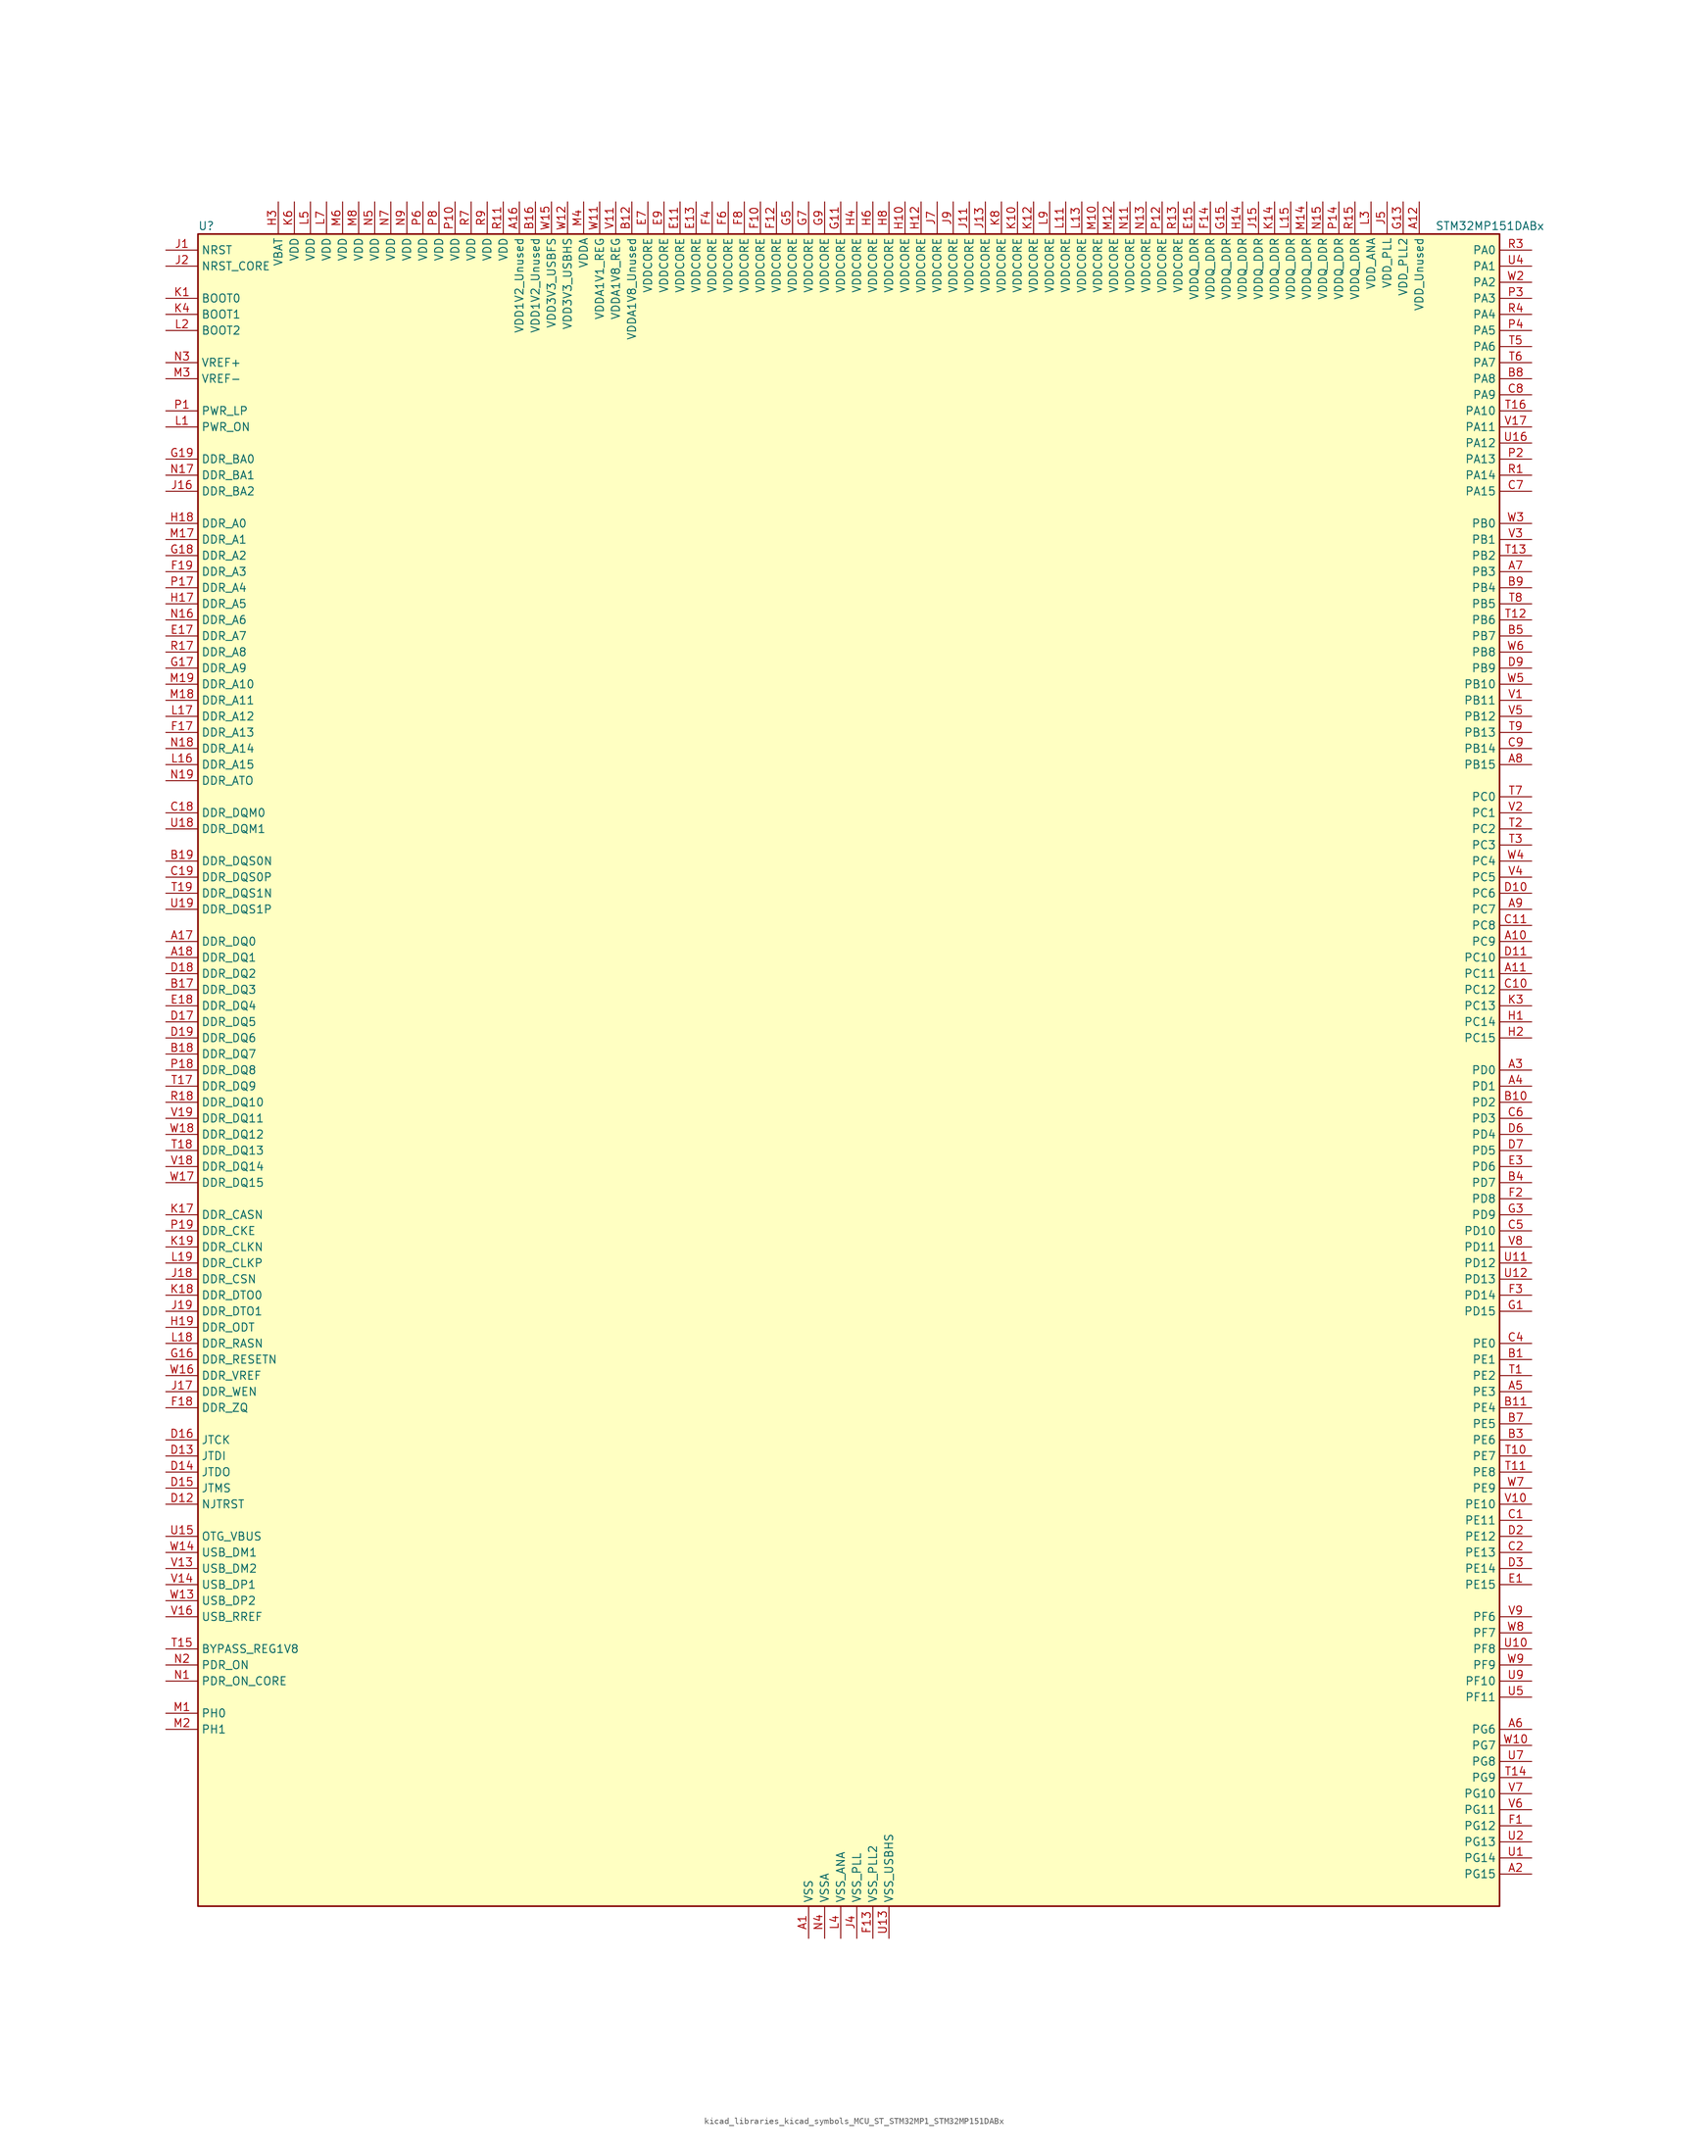
<source format=kicad_sym>
(kicad_symbol_lib
  (version 20220914)
  (generator kicad_symbol_editor)
  (symbol "kicad_libraries_kicad_symbols_MCU_ST_STM32MP1_STM32MP151DABx"
    (property "Reference" "U"
      (at -101.6 133.35 0)
      (effects (font (size 1.27 1.27)) (justify left)))
    (property "Value" "STM32MP151DABx"
      (at 93.98 133.35 0)
      (effects (font (size 1.27 1.27)) (justify left)))
    (property "ki_locked" ""
      (at 0 0 0)
      (effects (font (size 1.27 1.27))))
    (symbol "kicad_libraries_kicad_symbols_MCU_ST_STM32MP1_STM32MP151DABx_0_1"
      (rectangle (start -101.6 -132.08) (end 104.14 132.08) (stroke (width 0.254) (type default)) (fill (type background))))
    (symbol "kicad_libraries_kicad_symbols_MCU_ST_STM32MP1_STM32MP151DABx_1_1"
      (pin power_in line (at -5.08 -137.16 90) (length 5.08) (name "VSS" (effects (font (size 1.27 1.27)))) (number "A1" (effects (font (size 1.27 1.27)))))
      (pin bidirectional line (at 109.22 20.32 180) (length 5.08) (name "PC9" (effects (font (size 1.27 1.27)))) (number "A10" (effects (font (size 1.27 1.27)))) (alternate "DAC1_EXTI9" bidirectional line) (alternate "DCMI_D3" bidirectional line) (alternate "DEBUG_TRACED1" bidirectional line) (alternate "I2C3_SDA" bidirectional line) (alternate "I2S_CKIN" bidirectional line) (alternate "LTDC_B2" bidirectional line) (alternate "QUADSPI_BK1_IO0" bidirectional line) (alternate "SDMMC1_D1" bidirectional line) (alternate "TIM3_CH4" bidirectional line) (alternate "TIM8_CH4" bidirectional line) (alternate "UART5_CTS" bidirectional line))
      (pin bidirectional line (at 109.22 15.24 180) (length 5.08) (name "PC11" (effects (font (size 1.27 1.27)))) (number "A11" (effects (font (size 1.27 1.27)))) (alternate "ADC1_EXTI11" bidirectional line) (alternate "ADC2_EXTI11" bidirectional line) (alternate "DCMI_D4" bidirectional line) (alternate "DEBUG_TRACED3" bidirectional line) (alternate "DFSDM1_DATIN5" bidirectional line) (alternate "I2S3_SDI" bidirectional line) (alternate "QUADSPI_BK2_NCS" bidirectional line) (alternate "SAI4_SCK_B" bidirectional line) (alternate "SDMMC1_D3" bidirectional line) (alternate "SPI3_MISO" bidirectional line) (alternate "UART4_RX" bidirectional line) (alternate "USART3_RX" bidirectional line))
      (pin power_in line (at 91.44 137.16 270) (length 5.08) (name "VDD_Unused" (effects (font (size 1.27 1.27)))) (number "A12" (effects (font (size 1.27 1.27)))))
      (pin no_connect line (at -101.6 -132.08 0) (length 5.08) hide (name "DNU" (effects (font (size 1.27 1.27)))) (number "A13" (effects (font (size 1.27 1.27)))))
      (pin no_connect line (at -101.6 -129.54 0) (length 5.08) hide (name "DNU" (effects (font (size 1.27 1.27)))) (number "A14" (effects (font (size 1.27 1.27)))))
      (pin no_connect line (at -101.6 -127 0) (length 5.08) hide (name "DNU" (effects (font (size 1.27 1.27)))) (number "A15" (effects (font (size 1.27 1.27)))))
      (pin power_in line (at -50.8 137.16 270) (length 5.08) (name "VDD1V2_Unused" (effects (font (size 1.27 1.27)))) (number "A16" (effects (font (size 1.27 1.27)))))
      (pin bidirectional line (at -106.68 20.32 0) (length 5.08) (name "DDR_DQ0" (effects (font (size 1.27 1.27)))) (number "A17" (effects (font (size 1.27 1.27)))) (alternate "DDR_DQ0" bidirectional line))
      (pin bidirectional line (at -106.68 17.78 0) (length 5.08) (name "DDR_DQ1" (effects (font (size 1.27 1.27)))) (number "A18" (effects (font (size 1.27 1.27)))) (alternate "DDR_DQ1" bidirectional line))
      (pin passive line (at -5.08 -137.16 90) (length 5.08) hide (name "VSS" (effects (font (size 1.27 1.27)))) (number "A19" (effects (font (size 1.27 1.27)))))
      (pin bidirectional line (at 109.22 -127 180) (length 5.08) (name "PG15" (effects (font (size 1.27 1.27)))) (number "A2" (effects (font (size 1.27 1.27)))) (alternate "ADC1_EXTI15" bidirectional line) (alternate "ADC2_EXTI15" bidirectional line) (alternate "DCMI_D13" bidirectional line) (alternate "DEBUG_TRACED7" bidirectional line) (alternate "I2C2_SDA" bidirectional line) (alternate "SAI1_D2" bidirectional line) (alternate "SAI1_FS_A" bidirectional line) (alternate "SDMMC3_CK" bidirectional line) (alternate "USART6_CTS" bidirectional line) (alternate "USART6_NSS" bidirectional line))
      (pin bidirectional line (at 109.22 0 180) (length 5.08) (name "PD0" (effects (font (size 1.27 1.27)))) (number "A3" (effects (font (size 1.27 1.27)))) (alternate "DFSDM1_CKIN6" bidirectional line) (alternate "DFSDM1_DATIN7" bidirectional line) (alternate "FMC_D2" bidirectional line) (alternate "FMC_DA2" bidirectional line) (alternate "I2C5_SDA" bidirectional line) (alternate "I2C6_SDA" bidirectional line) (alternate "SAI3_SCK_A" bidirectional line) (alternate "SDMMC3_CMD" bidirectional line) (alternate "UART4_RX" bidirectional line))
      (pin bidirectional line (at 109.22 -2.54 180) (length 5.08) (name "PD1" (effects (font (size 1.27 1.27)))) (number "A4" (effects (font (size 1.27 1.27)))) (alternate "DFSDM1_CKIN7" bidirectional line) (alternate "DFSDM1_DATIN6" bidirectional line) (alternate "FMC_D3" bidirectional line) (alternate "FMC_DA3" bidirectional line) (alternate "I2C5_SCL" bidirectional line) (alternate "I2C6_SCL" bidirectional line) (alternate "SAI3_SD_A" bidirectional line) (alternate "SDMMC3_D0" bidirectional line) (alternate "UART4_TX" bidirectional line))
      (pin bidirectional line (at 109.22 -50.8 180) (length 5.08) (name "PE3" (effects (font (size 1.27 1.27)))) (number "A5" (effects (font (size 1.27 1.27)))) (alternate "DEBUG_TRACED0" bidirectional line) (alternate "FMC_A19" bidirectional line) (alternate "SAI1_SD_B" bidirectional line) (alternate "SDMMC2_CK" bidirectional line) (alternate "TIM15_BKIN" bidirectional line))
      (pin bidirectional line (at 109.22 -104.14 180) (length 5.08) (name "PG6" (effects (font (size 1.27 1.27)))) (number "A6" (effects (font (size 1.27 1.27)))) (alternate "DCMI_D12" bidirectional line) (alternate "DEBUG_TRACED14" bidirectional line) (alternate "LTDC_R7" bidirectional line) (alternate "SDMMC2_CMD" bidirectional line) (alternate "TIM17_BKIN" bidirectional line))
      (pin bidirectional line (at 109.22 78.74 180) (length 5.08) (name "PB3" (effects (font (size 1.27 1.27)))) (number "A7" (effects (font (size 1.27 1.27)))) (alternate "DEBUG_TRACED9" bidirectional line) (alternate "I2S1_CK" bidirectional line) (alternate "I2S3_CK" bidirectional line) (alternate "SAI4_CK1" bidirectional line) (alternate "SAI4_MCLK_A" bidirectional line) (alternate "SDMMC2_D2" bidirectional line) (alternate "SPI1_SCK" bidirectional line) (alternate "SPI3_SCK" bidirectional line) (alternate "SPI6_SCK" bidirectional line) (alternate "TIM2_CH2" bidirectional line) (alternate "UART7_RX" bidirectional line))
      (pin bidirectional line (at 109.22 48.26 180) (length 5.08) (name "PB15" (effects (font (size 1.27 1.27)))) (number "A8" (effects (font (size 1.27 1.27)))) (alternate "ADC1_EXTI15" bidirectional line) (alternate "ADC2_EXTI15" bidirectional line) (alternate "DFSDM1_CKIN2" bidirectional line) (alternate "I2S2_SDO" bidirectional line) (alternate "RTC_REFIN" bidirectional line) (alternate "SDMMC2_D1" bidirectional line) (alternate "SPI2_MOSI" bidirectional line) (alternate "TIM12_CH2" bidirectional line) (alternate "TIM1_CH3N" bidirectional line) (alternate "TIM8_CH3N" bidirectional line) (alternate "USART1_RX" bidirectional line))
      (pin bidirectional line (at 109.22 25.4 180) (length 5.08) (name "PC7" (effects (font (size 1.27 1.27)))) (number "A9" (effects (font (size 1.27 1.27)))) (alternate "DCMI_D1" bidirectional line) (alternate "DFSDM1_DATIN3" bidirectional line) (alternate "HDP_HDP4" bidirectional line) (alternate "I2S3_MCK" bidirectional line) (alternate "LTDC_G6" bidirectional line) (alternate "SDMMC1_D123DIR" bidirectional line) (alternate "SDMMC1_D7" bidirectional line) (alternate "SDMMC2_D123DIR" bidirectional line) (alternate "SDMMC2_D7" bidirectional line) (alternate "TIM3_CH2" bidirectional line) (alternate "TIM8_CH2" bidirectional line) (alternate "USART6_RX" bidirectional line))
      (pin bidirectional line (at 109.22 -45.72 180) (length 5.08) (name "PE1" (effects (font (size 1.27 1.27)))) (number "B1" (effects (font (size 1.27 1.27)))) (alternate "DCMI_D3" bidirectional line) (alternate "FMC_NBL1" bidirectional line) (alternate "I2S2_MCK" bidirectional line) (alternate "LPTIM1_IN2" bidirectional line) (alternate "SAI3_SD_B" bidirectional line) (alternate "UART8_TX" bidirectional line))
      (pin bidirectional line (at 109.22 -5.08 180) (length 5.08) (name "PD2" (effects (font (size 1.27 1.27)))) (number "B10" (effects (font (size 1.27 1.27)))) (alternate "DCMI_D11" bidirectional line) (alternate "I2C5_SMBA" bidirectional line) (alternate "SDMMC1_CMD" bidirectional line) (alternate "TIM3_ETR" bidirectional line) (alternate "UART4_RX" bidirectional line) (alternate "UART5_RX" bidirectional line))
      (pin bidirectional line (at 109.22 -53.34 180) (length 5.08) (name "PE4" (effects (font (size 1.27 1.27)))) (number "B11" (effects (font (size 1.27 1.27)))) (alternate "DCMI_D4" bidirectional line) (alternate "DEBUG_TRACED1" bidirectional line) (alternate "DFSDM1_DATIN3" bidirectional line) (alternate "FMC_A20" bidirectional line) (alternate "LTDC_B0" bidirectional line) (alternate "SAI1_D2" bidirectional line) (alternate "SAI1_FS_A" bidirectional line) (alternate "SDMMC1_CKIN" bidirectional line) (alternate "SDMMC1_D4" bidirectional line) (alternate "SDMMC2_CKIN" bidirectional line) (alternate "SDMMC2_D4" bidirectional line) (alternate "SPI4_NSS" bidirectional line) (alternate "TIM15_CH1N" bidirectional line))
      (pin power_in line (at -33.02 137.16 270) (length 5.08) (name "VDDA1V8_Unused" (effects (font (size 1.27 1.27)))) (number "B12" (effects (font (size 1.27 1.27)))))
      (pin no_connect line (at -101.6 -124.46 0) (length 5.08) hide (name "DNU" (effects (font (size 1.27 1.27)))) (number "B13" (effects (font (size 1.27 1.27)))))
      (pin no_connect line (at -101.6 -121.92 0) (length 5.08) hide (name "DNU" (effects (font (size 1.27 1.27)))) (number "B14" (effects (font (size 1.27 1.27)))))
      (pin no_connect line (at -101.6 -119.38 0) (length 5.08) hide (name "DNU" (effects (font (size 1.27 1.27)))) (number "B15" (effects (font (size 1.27 1.27)))))
      (pin power_in line (at -48.26 137.16 270) (length 5.08) (name "VDD1V2_Unused" (effects (font (size 1.27 1.27)))) (number "B16" (effects (font (size 1.27 1.27)))))
      (pin bidirectional line (at -106.68 12.7 0) (length 5.08) (name "DDR_DQ3" (effects (font (size 1.27 1.27)))) (number "B17" (effects (font (size 1.27 1.27)))) (alternate "DDR_DQ3" bidirectional line))
      (pin bidirectional line (at -106.68 2.54 0) (length 5.08) (name "DDR_DQ7" (effects (font (size 1.27 1.27)))) (number "B18" (effects (font (size 1.27 1.27)))) (alternate "DDR_DQ7" bidirectional line))
      (pin bidirectional line (at -106.68 33.02 0) (length 5.08) (name "DDR_DQS0N" (effects (font (size 1.27 1.27)))) (number "B19" (effects (font (size 1.27 1.27)))) (alternate "DDR_DQS0N" bidirectional line))
      (pin passive line (at -5.08 -137.16 90) (length 5.08) hide (name "VSS" (effects (font (size 1.27 1.27)))) (number "B2" (effects (font (size 1.27 1.27)))))
      (pin bidirectional line (at 109.22 -58.42 180) (length 5.08) (name "PE6" (effects (font (size 1.27 1.27)))) (number "B3" (effects (font (size 1.27 1.27)))) (alternate "DCMI_D7" bidirectional line) (alternate "DEBUG_TRACED2" bidirectional line) (alternate "FMC_A22" bidirectional line) (alternate "LTDC_G1" bidirectional line) (alternate "SAI1_D1" bidirectional line) (alternate "SAI1_SD_A" bidirectional line) (alternate "SAI2_MCLK_B" bidirectional line) (alternate "SDMMC1_D2" bidirectional line) (alternate "SDMMC2_D0" bidirectional line) (alternate "SPI4_MOSI" bidirectional line) (alternate "TIM15_CH2" bidirectional line) (alternate "TIM1_BKIN2" bidirectional line))
      (pin bidirectional line (at 109.22 -17.78 180) (length 5.08) (name "PD7" (effects (font (size 1.27 1.27)))) (number "B4" (effects (font (size 1.27 1.27)))) (alternate "DEBUG_TRACED6" bidirectional line) (alternate "DFSDM1_CKIN1" bidirectional line) (alternate "DFSDM1_DATIN4" bidirectional line) (alternate "FMC_NE1" bidirectional line) (alternate "I2C2_SCL" bidirectional line) (alternate "SDMMC3_D3" bidirectional line) (alternate "SPDIFRX_IN0" bidirectional line) (alternate "USART2_CK" bidirectional line))
      (pin bidirectional line (at 109.22 68.58 180) (length 5.08) (name "PB7" (effects (font (size 1.27 1.27)))) (number "B5" (effects (font (size 1.27 1.27)))) (alternate "DCMI_VSYNC" bidirectional line) (alternate "DFSDM1_CKIN5" bidirectional line) (alternate "FMC_NL" bidirectional line) (alternate "I2C1_SDA" bidirectional line) (alternate "I2C4_SDA" bidirectional line) (alternate "SDMMC2_D1" bidirectional line) (alternate "TIM17_CH1N" bidirectional line) (alternate "TIM4_CH2" bidirectional line) (alternate "USART1_RX" bidirectional line))
      (pin passive line (at -5.08 -137.16 90) (length 5.08) hide (name "VSS" (effects (font (size 1.27 1.27)))) (number "B6" (effects (font (size 1.27 1.27)))))
      (pin bidirectional line (at 109.22 -55.88 180) (length 5.08) (name "PE5" (effects (font (size 1.27 1.27)))) (number "B7" (effects (font (size 1.27 1.27)))) (alternate "DCMI_D6" bidirectional line) (alternate "DEBUG_TRACED3" bidirectional line) (alternate "DFSDM1_CKIN3" bidirectional line) (alternate "FMC_A21" bidirectional line) (alternate "LTDC_G0" bidirectional line) (alternate "SAI1_CK2" bidirectional line) (alternate "SAI1_SCK_A" bidirectional line) (alternate "SDMMC1_D0DIR" bidirectional line) (alternate "SDMMC1_D6" bidirectional line) (alternate "SDMMC2_D0DIR" bidirectional line) (alternate "SDMMC2_D6" bidirectional line) (alternate "SPI4_MISO" bidirectional line) (alternate "TIM15_CH1" bidirectional line))
      (pin bidirectional line (at 109.22 109.22 180) (length 5.08) (name "PA8" (effects (font (size 1.27 1.27)))) (number "B8" (effects (font (size 1.27 1.27)))) (alternate "I2C3_SCL" bidirectional line) (alternate "I2S3_SDO" bidirectional line) (alternate "LTDC_R6" bidirectional line) (alternate "RCC_MCO_1" bidirectional line) (alternate "SAI4_SD_B" bidirectional line) (alternate "SDMMC2_CKIN" bidirectional line) (alternate "SDMMC2_D4" bidirectional line) (alternate "SPI3_MOSI" bidirectional line) (alternate "TIM1_CH1" bidirectional line) (alternate "TIM8_BKIN2" bidirectional line) (alternate "UART7_RX" bidirectional line) (alternate "USART1_CK" bidirectional line) (alternate "USB_OTG_HS_SOF" bidirectional line))
      (pin bidirectional line (at 109.22 76.2 180) (length 5.08) (name "PB4" (effects (font (size 1.27 1.27)))) (number "B9" (effects (font (size 1.27 1.27)))) (alternate "DEBUG_TRACED8" bidirectional line) (alternate "I2S1_SDI" bidirectional line) (alternate "I2S2_WS" bidirectional line) (alternate "I2S3_SDI" bidirectional line) (alternate "SAI4_CK2" bidirectional line) (alternate "SAI4_SCK_A" bidirectional line) (alternate "SDMMC2_D3" bidirectional line) (alternate "SPI1_MISO" bidirectional line) (alternate "SPI2_NSS" bidirectional line) (alternate "SPI3_MISO" bidirectional line) (alternate "SPI6_MISO" bidirectional line) (alternate "TIM16_BKIN" bidirectional line) (alternate "TIM3_CH1" bidirectional line) (alternate "UART7_TX" bidirectional line))
      (pin bidirectional line (at 109.22 -71.12 180) (length 5.08) (name "PE11" (effects (font (size 1.27 1.27)))) (number "C1" (effects (font (size 1.27 1.27)))) (alternate "ADC1_EXTI11" bidirectional line) (alternate "ADC2_EXTI11" bidirectional line) (alternate "DCMI_D4" bidirectional line) (alternate "DFSDM1_CKIN4" bidirectional line) (alternate "FMC_D8" bidirectional line) (alternate "FMC_DA8" bidirectional line) (alternate "LTDC_G3" bidirectional line) (alternate "SAI2_SD_B" bidirectional line) (alternate "SPI4_NSS" bidirectional line) (alternate "TIM1_CH2" bidirectional line) (alternate "USART6_CK" bidirectional line))
      (pin bidirectional line (at 109.22 12.7 180) (length 5.08) (name "PC12" (effects (font (size 1.27 1.27)))) (number "C10" (effects (font (size 1.27 1.27)))) (alternate "DCMI_D9" bidirectional line) (alternate "DEBUG_TRACECLK" bidirectional line) (alternate "I2S3_SDO" bidirectional line) (alternate "RCC_MCO_2" bidirectional line) (alternate "SAI4_D3" bidirectional line) (alternate "SAI4_SD_B" bidirectional line) (alternate "SDMMC1_CK" bidirectional line) (alternate "SPI3_MOSI" bidirectional line) (alternate "UART5_TX" bidirectional line) (alternate "USART3_CK" bidirectional line))
      (pin bidirectional line (at 109.22 22.86 180) (length 5.08) (name "PC8" (effects (font (size 1.27 1.27)))) (number "C11" (effects (font (size 1.27 1.27)))) (alternate "DCMI_D2" bidirectional line) (alternate "DEBUG_TRACED0" bidirectional line) (alternate "SDMMC1_D0" bidirectional line) (alternate "TIM3_CH3" bidirectional line) (alternate "TIM8_CH3" bidirectional line) (alternate "UART4_TX" bidirectional line) (alternate "UART5_DE" bidirectional line) (alternate "UART5_RTS" bidirectional line) (alternate "USART6_CK" bidirectional line))
      (pin passive line (at -5.08 -137.16 90) (length 5.08) hide (name "VSS" (effects (font (size 1.27 1.27)))) (number "C12" (effects (font (size 1.27 1.27)))))
      (pin passive line (at -5.08 -137.16 90) (length 5.08) hide (name "VSS" (effects (font (size 1.27 1.27)))) (number "C13" (effects (font (size 1.27 1.27)))))
      (pin passive line (at -5.08 -137.16 90) (length 5.08) hide (name "VSS" (effects (font (size 1.27 1.27)))) (number "C14" (effects (font (size 1.27 1.27)))))
      (pin passive line (at -5.08 -137.16 90) (length 5.08) hide (name "VSS" (effects (font (size 1.27 1.27)))) (number "C15" (effects (font (size 1.27 1.27)))))
      (pin passive line (at -5.08 -137.16 90) (length 5.08) hide (name "VSS" (effects (font (size 1.27 1.27)))) (number "C16" (effects (font (size 1.27 1.27)))))
      (pin passive line (at -5.08 -137.16 90) (length 5.08) hide (name "VSS" (effects (font (size 1.27 1.27)))) (number "C17" (effects (font (size 1.27 1.27)))))
      (pin bidirectional line (at -106.68 40.64 0) (length 5.08) (name "DDR_DQM0" (effects (font (size 1.27 1.27)))) (number "C18" (effects (font (size 1.27 1.27)))) (alternate "DDR_DQM0" bidirectional line))
      (pin bidirectional line (at -106.68 30.48 0) (length 5.08) (name "DDR_DQS0P" (effects (font (size 1.27 1.27)))) (number "C19" (effects (font (size 1.27 1.27)))) (alternate "DDR_DQS0P" bidirectional line))
      (pin bidirectional line (at 109.22 -76.2 180) (length 5.08) (name "PE13" (effects (font (size 1.27 1.27)))) (number "C2" (effects (font (size 1.27 1.27)))) (alternate "DCMI_D6" bidirectional line) (alternate "DFSDM1_CKIN5" bidirectional line) (alternate "FMC_D10" bidirectional line) (alternate "FMC_DA10" bidirectional line) (alternate "HDP_HDP2" bidirectional line) (alternate "LTDC_DE" bidirectional line) (alternate "SAI2_FS_B" bidirectional line) (alternate "SPI4_MISO" bidirectional line) (alternate "TIM1_CH3" bidirectional line))
      (pin passive line (at -5.08 -137.16 90) (length 5.08) hide (name "VSS" (effects (font (size 1.27 1.27)))) (number "C3" (effects (font (size 1.27 1.27)))))
      (pin bidirectional line (at 109.22 -43.18 180) (length 5.08) (name "PE0" (effects (font (size 1.27 1.27)))) (number "C4" (effects (font (size 1.27 1.27)))) (alternate "DCMI_D2" bidirectional line) (alternate "FMC_NBL0" bidirectional line) (alternate "I2S3_CK" bidirectional line) (alternate "LPTIM1_ETR" bidirectional line) (alternate "LPTIM2_ETR" bidirectional line) (alternate "SAI2_MCLK_A" bidirectional line) (alternate "SAI4_MCLK_B" bidirectional line) (alternate "SPI3_SCK" bidirectional line) (alternate "TIM4_ETR" bidirectional line) (alternate "UART8_RX" bidirectional line))
      (pin bidirectional line (at 109.22 -25.4 180) (length 5.08) (name "PD10" (effects (font (size 1.27 1.27)))) (number "C5" (effects (font (size 1.27 1.27)))) (alternate "DFSDM1_CKOUT" bidirectional line) (alternate "FMC_D15" bidirectional line) (alternate "FMC_DA15" bidirectional line) (alternate "I2C5_SMBA" bidirectional line) (alternate "I2S3_SDI" bidirectional line) (alternate "LTDC_B3" bidirectional line) (alternate "RTC_REFIN" bidirectional line) (alternate "SAI3_FS_B" bidirectional line) (alternate "SPI3_MISO" bidirectional line) (alternate "TIM16_BKIN" bidirectional line) (alternate "USART3_CK" bidirectional line))
      (pin bidirectional line (at 109.22 -7.62 180) (length 5.08) (name "PD3" (effects (font (size 1.27 1.27)))) (number "C6" (effects (font (size 1.27 1.27)))) (alternate "DCMI_D5" bidirectional line) (alternate "DFSDM1_CKOUT" bidirectional line) (alternate "DFSDM1_DATIN0" bidirectional line) (alternate "FMC_CLK" bidirectional line) (alternate "HDP_HDP5" bidirectional line) (alternate "I2S2_CK" bidirectional line) (alternate "LTDC_G7" bidirectional line) (alternate "SDMMC1_D123DIR" bidirectional line) (alternate "SDMMC1_D7" bidirectional line) (alternate "SDMMC2_D123DIR" bidirectional line) (alternate "SDMMC2_D7" bidirectional line) (alternate "SPI2_SCK" bidirectional line) (alternate "USART2_CTS" bidirectional line) (alternate "USART2_NSS" bidirectional line))
      (pin bidirectional line (at 109.22 91.44 180) (length 5.08) (name "PA15" (effects (font (size 1.27 1.27)))) (number "C7" (effects (font (size 1.27 1.27)))) (alternate "ADC1_EXTI15" bidirectional line) (alternate "ADC2_EXTI15" bidirectional line) (alternate "CEC" bidirectional line) (alternate "DEBUG_DBTRGI" bidirectional line) (alternate "I2S1_WS" bidirectional line) (alternate "I2S3_WS" bidirectional line) (alternate "LTDC_R1" bidirectional line) (alternate "SAI4_D2" bidirectional line) (alternate "SAI4_FS_A" bidirectional line) (alternate "SDMMC1_CDIR" bidirectional line) (alternate "SDMMC1_D5" bidirectional line) (alternate "SDMMC2_CDIR" bidirectional line) (alternate "SDMMC2_D5" bidirectional line) (alternate "SPI1_NSS" bidirectional line) (alternate "SPI3_NSS" bidirectional line) (alternate "SPI6_NSS" bidirectional line) (alternate "TIM2_CH1" bidirectional line) (alternate "TIM2_ETR" bidirectional line) (alternate "UART4_DE" bidirectional line) (alternate "UART4_RTS" bidirectional line) (alternate "UART7_TX" bidirectional line))
      (pin bidirectional line (at 109.22 106.68 180) (length 5.08) (name "PA9" (effects (font (size 1.27 1.27)))) (number "C8" (effects (font (size 1.27 1.27)))) (alternate "DAC1_EXTI9" bidirectional line) (alternate "DCMI_D0" bidirectional line) (alternate "I2C3_SMBA" bidirectional line) (alternate "I2S2_CK" bidirectional line) (alternate "LTDC_R5" bidirectional line) (alternate "SDMMC2_CDIR" bidirectional line) (alternate "SDMMC2_D5" bidirectional line) (alternate "SPI2_SCK" bidirectional line) (alternate "TIM1_CH2" bidirectional line) (alternate "USART1_TX" bidirectional line))
      (pin bidirectional line (at 109.22 50.8 180) (length 5.08) (name "PB14" (effects (font (size 1.27 1.27)))) (number "C9" (effects (font (size 1.27 1.27)))) (alternate "DFSDM1_DATIN2" bidirectional line) (alternate "I2S2_SDI" bidirectional line) (alternate "SDMMC2_D0" bidirectional line) (alternate "SPI2_MISO" bidirectional line) (alternate "TIM12_CH1" bidirectional line) (alternate "TIM1_CH2N" bidirectional line) (alternate "TIM8_CH2N" bidirectional line) (alternate "USART1_TX" bidirectional line) (alternate "USART3_DE" bidirectional line) (alternate "USART3_RTS" bidirectional line))
      (pin passive line (at -5.08 -137.16 90) (length 5.08) hide (name "VSS" (effects (font (size 1.27 1.27)))) (number "D1" (effects (font (size 1.27 1.27)))))
      (pin bidirectional line (at 109.22 27.94 180) (length 5.08) (name "PC6" (effects (font (size 1.27 1.27)))) (number "D10" (effects (font (size 1.27 1.27)))) (alternate "DCMI_D0" bidirectional line) (alternate "DFSDM1_CKIN3" bidirectional line) (alternate "HDP_HDP1" bidirectional line) (alternate "I2S2_MCK" bidirectional line) (alternate "LTDC_HSYNC" bidirectional line) (alternate "SDMMC1_D0DIR" bidirectional line) (alternate "SDMMC1_D6" bidirectional line) (alternate "SDMMC2_D0DIR" bidirectional line) (alternate "SDMMC2_D6" bidirectional line) (alternate "TIM3_CH1" bidirectional line) (alternate "TIM8_CH1" bidirectional line) (alternate "USART6_TX" bidirectional line))
      (pin bidirectional line (at 109.22 17.78 180) (length 5.08) (name "PC10" (effects (font (size 1.27 1.27)))) (number "D11" (effects (font (size 1.27 1.27)))) (alternate "DCMI_D8" bidirectional line) (alternate "DEBUG_TRACED2" bidirectional line) (alternate "DFSDM1_CKIN5" bidirectional line) (alternate "I2S3_CK" bidirectional line) (alternate "LTDC_R2" bidirectional line) (alternate "QUADSPI_BK1_IO1" bidirectional line) (alternate "SAI4_MCLK_B" bidirectional line) (alternate "SDMMC1_D2" bidirectional line) (alternate "SPI3_SCK" bidirectional line) (alternate "UART4_TX" bidirectional line) (alternate "USART3_TX" bidirectional line))
      (pin bidirectional line (at -106.68 -68.58 0) (length 5.08) (name "NJTRST" (effects (font (size 1.27 1.27)))) (number "D12" (effects (font (size 1.27 1.27)))) (alternate "DEBUG_JTRST" bidirectional line))
      (pin bidirectional line (at -106.68 -60.96 0) (length 5.08) (name "JTDI" (effects (font (size 1.27 1.27)))) (number "D13" (effects (font (size 1.27 1.27)))) (alternate "DEBUG_JTDI" bidirectional line))
      (pin bidirectional line (at -106.68 -63.5 0) (length 5.08) (name "JTDO" (effects (font (size 1.27 1.27)))) (number "D14" (effects (font (size 1.27 1.27)))) (alternate "DEBUG_JTDO-SWO" bidirectional line))
      (pin bidirectional line (at -106.68 -66.04 0) (length 5.08) (name "JTMS" (effects (font (size 1.27 1.27)))) (number "D15" (effects (font (size 1.27 1.27)))) (alternate "DEBUG_JTMS-SWDIO" bidirectional line))
      (pin bidirectional line (at -106.68 -58.42 0) (length 5.08) (name "JTCK" (effects (font (size 1.27 1.27)))) (number "D16" (effects (font (size 1.27 1.27)))) (alternate "DEBUG_JTCK-SWCLK" bidirectional line))
      (pin bidirectional line (at -106.68 7.62 0) (length 5.08) (name "DDR_DQ5" (effects (font (size 1.27 1.27)))) (number "D17" (effects (font (size 1.27 1.27)))) (alternate "DDR_DQ5" bidirectional line))
      (pin bidirectional line (at -106.68 15.24 0) (length 5.08) (name "DDR_DQ2" (effects (font (size 1.27 1.27)))) (number "D18" (effects (font (size 1.27 1.27)))) (alternate "DDR_DQ2" bidirectional line))
      (pin bidirectional line (at -106.68 5.08 0) (length 5.08) (name "DDR_DQ6" (effects (font (size 1.27 1.27)))) (number "D19" (effects (font (size 1.27 1.27)))) (alternate "DDR_DQ6" bidirectional line))
      (pin bidirectional line (at 109.22 -73.66 180) (length 5.08) (name "PE12" (effects (font (size 1.27 1.27)))) (number "D2" (effects (font (size 1.27 1.27)))) (alternate "DFSDM1_DATIN5" bidirectional line) (alternate "FMC_D9" bidirectional line) (alternate "FMC_DA9" bidirectional line) (alternate "LTDC_B4" bidirectional line) (alternate "SAI2_SCK_B" bidirectional line) (alternate "SDMMC1_D0DIR" bidirectional line) (alternate "SPI4_SCK" bidirectional line) (alternate "TIM1_CH3N" bidirectional line))
      (pin bidirectional line (at 109.22 -78.74 180) (length 5.08) (name "PE14" (effects (font (size 1.27 1.27)))) (number "D3" (effects (font (size 1.27 1.27)))) (alternate "FMC_D11" bidirectional line) (alternate "FMC_DA11" bidirectional line) (alternate "LTDC_CLK" bidirectional line) (alternate "LTDC_G0" bidirectional line) (alternate "SAI2_MCLK_B" bidirectional line) (alternate "SDMMC1_D123DIR" bidirectional line) (alternate "SPI4_MOSI" bidirectional line) (alternate "TIM1_CH4" bidirectional line) (alternate "UART8_DE" bidirectional line) (alternate "UART8_RTS" bidirectional line))
      (pin passive line (at -5.08 -137.16 90) (length 5.08) hide (name "VSS" (effects (font (size 1.27 1.27)))) (number "D4" (effects (font (size 1.27 1.27)))))
      (pin passive line (at -5.08 -137.16 90) (length 5.08) hide (name "VSS" (effects (font (size 1.27 1.27)))) (number "D5" (effects (font (size 1.27 1.27)))))
      (pin bidirectional line (at 109.22 -10.16 180) (length 5.08) (name "PD4" (effects (font (size 1.27 1.27)))) (number "D6" (effects (font (size 1.27 1.27)))) (alternate "DFSDM1_CKIN0" bidirectional line) (alternate "FMC_NOE" bidirectional line) (alternate "SAI3_FS_A" bidirectional line) (alternate "SDMMC3_D1" bidirectional line) (alternate "USART2_DE" bidirectional line) (alternate "USART2_RTS" bidirectional line))
      (pin bidirectional line (at 109.22 -12.7 180) (length 5.08) (name "PD5" (effects (font (size 1.27 1.27)))) (number "D7" (effects (font (size 1.27 1.27)))) (alternate "FMC_NWE" bidirectional line) (alternate "SDMMC3_D2" bidirectional line) (alternate "USART2_TX" bidirectional line))
      (pin passive line (at -5.08 -137.16 90) (length 5.08) hide (name "VSS" (effects (font (size 1.27 1.27)))) (number "D8" (effects (font (size 1.27 1.27)))))
      (pin bidirectional line (at 109.22 63.5 180) (length 5.08) (name "PB9" (effects (font (size 1.27 1.27)))) (number "D9" (effects (font (size 1.27 1.27)))) (alternate "DAC1_EXTI9" bidirectional line) (alternate "DCMI_D7" bidirectional line) (alternate "DFSDM1_DATIN7" bidirectional line) (alternate "HDP_HDP7" bidirectional line) (alternate "I2C1_SDA" bidirectional line) (alternate "I2C4_SDA" bidirectional line) (alternate "I2S2_WS" bidirectional line) (alternate "LTDC_B7" bidirectional line) (alternate "SDMMC1_CDIR" bidirectional line) (alternate "SDMMC1_D5" bidirectional line) (alternate "SDMMC2_CDIR" bidirectional line) (alternate "SDMMC2_D5" bidirectional line) (alternate "SPI2_NSS" bidirectional line) (alternate "TIM17_CH1" bidirectional line) (alternate "TIM4_CH4" bidirectional line) (alternate "UART4_TX" bidirectional line))
      (pin bidirectional line (at 109.22 -81.28 180) (length 5.08) (name "PE15" (effects (font (size 1.27 1.27)))) (number "E1" (effects (font (size 1.27 1.27)))) (alternate "ADC1_EXTI15" bidirectional line) (alternate "ADC2_EXTI15" bidirectional line) (alternate "FMC_D12" bidirectional line) (alternate "FMC_DA12" bidirectional line) (alternate "FMC_NCE2" bidirectional line) (alternate "HDP_HDP3" bidirectional line) (alternate "LTDC_R7" bidirectional line) (alternate "TIM15_BKIN" bidirectional line) (alternate "TIM1_BKIN" bidirectional line) (alternate "UART8_CTS" bidirectional line) (alternate "USART2_CTS" bidirectional line) (alternate "USART2_NSS" bidirectional line))
      (pin passive line (at -5.08 -137.16 90) (length 5.08) hide (name "VSS" (effects (font (size 1.27 1.27)))) (number "E10" (effects (font (size 1.27 1.27)))))
      (pin power_in line (at -25.4 137.16 270) (length 5.08) (name "VDDCORE" (effects (font (size 1.27 1.27)))) (number "E11" (effects (font (size 1.27 1.27)))))
      (pin passive line (at -5.08 -137.16 90) (length 5.08) hide (name "VSS" (effects (font (size 1.27 1.27)))) (number "E12" (effects (font (size 1.27 1.27)))))
      (pin power_in line (at -22.86 137.16 270) (length 5.08) (name "VDDCORE" (effects (font (size 1.27 1.27)))) (number "E13" (effects (font (size 1.27 1.27)))))
      (pin passive line (at -5.08 -137.16 90) (length 5.08) hide (name "VSS" (effects (font (size 1.27 1.27)))) (number "E14" (effects (font (size 1.27 1.27)))))
      (pin power_in line (at 55.88 137.16 270) (length 5.08) (name "VDDQ_DDR" (effects (font (size 1.27 1.27)))) (number "E15" (effects (font (size 1.27 1.27)))))
      (pin passive line (at -5.08 -137.16 90) (length 5.08) hide (name "VSS" (effects (font (size 1.27 1.27)))) (number "E16" (effects (font (size 1.27 1.27)))))
      (pin bidirectional line (at -106.68 68.58 0) (length 5.08) (name "DDR_A7" (effects (font (size 1.27 1.27)))) (number "E17" (effects (font (size 1.27 1.27)))) (alternate "DDR_A7" bidirectional line))
      (pin bidirectional line (at -106.68 10.16 0) (length 5.08) (name "DDR_DQ4" (effects (font (size 1.27 1.27)))) (number "E18" (effects (font (size 1.27 1.27)))) (alternate "DDR_DQ4" bidirectional line))
      (pin passive line (at -5.08 -137.16 90) (length 5.08) hide (name "VSS" (effects (font (size 1.27 1.27)))) (number "E2" (effects (font (size 1.27 1.27)))))
      (pin bidirectional line (at 109.22 -15.24 180) (length 5.08) (name "PD6" (effects (font (size 1.27 1.27)))) (number "E3" (effects (font (size 1.27 1.27)))) (alternate "DCMI_D10" bidirectional line) (alternate "DFSDM1_CKIN4" bidirectional line) (alternate "DFSDM1_DATIN1" bidirectional line) (alternate "FMC_NWAIT" bidirectional line) (alternate "I2S3_SDO" bidirectional line) (alternate "LTDC_B2" bidirectional line) (alternate "SAI1_D1" bidirectional line) (alternate "SAI1_SD_A" bidirectional line) (alternate "SPI3_MOSI" bidirectional line) (alternate "TIM16_CH1N" bidirectional line) (alternate "USART2_RX" bidirectional line))
      (pin passive line (at -5.08 -137.16 90) (length 5.08) hide (name "VSS" (effects (font (size 1.27 1.27)))) (number "E4" (effects (font (size 1.27 1.27)))))
      (pin passive line (at -5.08 -137.16 90) (length 5.08) hide (name "VSS" (effects (font (size 1.27 1.27)))) (number "E5" (effects (font (size 1.27 1.27)))))
      (pin passive line (at -5.08 -137.16 90) (length 5.08) hide (name "VSS" (effects (font (size 1.27 1.27)))) (number "E6" (effects (font (size 1.27 1.27)))))
      (pin power_in line (at -30.48 137.16 270) (length 5.08) (name "VDDCORE" (effects (font (size 1.27 1.27)))) (number "E7" (effects (font (size 1.27 1.27)))))
      (pin passive line (at -5.08 -137.16 90) (length 5.08) hide (name "VSS" (effects (font (size 1.27 1.27)))) (number "E8" (effects (font (size 1.27 1.27)))))
      (pin power_in line (at -27.94 137.16 270) (length 5.08) (name "VDDCORE" (effects (font (size 1.27 1.27)))) (number "E9" (effects (font (size 1.27 1.27)))))
      (pin bidirectional line (at 109.22 -119.38 180) (length 5.08) (name "PG12" (effects (font (size 1.27 1.27)))) (number "F1" (effects (font (size 1.27 1.27)))) (alternate "ETH1_PHY_INTN" bidirectional line) (alternate "FMC_NE4" bidirectional line) (alternate "LPTIM1_IN1" bidirectional line) (alternate "LTDC_B1" bidirectional line) (alternate "LTDC_B4" bidirectional line) (alternate "SAI4_CK2" bidirectional line) (alternate "SAI4_SCK_A" bidirectional line) (alternate "SPDIFRX_IN1" bidirectional line) (alternate "SPI6_MISO" bidirectional line) (alternate "USART6_DE" bidirectional line) (alternate "USART6_RTS" bidirectional line))
      (pin power_in line (at -12.7 137.16 270) (length 5.08) (name "VDDCORE" (effects (font (size 1.27 1.27)))) (number "F10" (effects (font (size 1.27 1.27)))))
      (pin passive line (at -5.08 -137.16 90) (length 5.08) hide (name "VSS" (effects (font (size 1.27 1.27)))) (number "F11" (effects (font (size 1.27 1.27)))))
      (pin power_in line (at -10.16 137.16 270) (length 5.08) (name "VDDCORE" (effects (font (size 1.27 1.27)))) (number "F12" (effects (font (size 1.27 1.27)))))
      (pin power_in line (at 5.08 -137.16 90) (length 5.08) (name "VSS_PLL2" (effects (font (size 1.27 1.27)))) (number "F13" (effects (font (size 1.27 1.27)))))
      (pin power_in line (at 58.42 137.16 270) (length 5.08) (name "VDDQ_DDR" (effects (font (size 1.27 1.27)))) (number "F14" (effects (font (size 1.27 1.27)))))
      (pin passive line (at -5.08 -137.16 90) (length 5.08) hide (name "VSS" (effects (font (size 1.27 1.27)))) (number "F15" (effects (font (size 1.27 1.27)))))
      (pin bidirectional line (at -106.68 53.34 0) (length 5.08) (name "DDR_A13" (effects (font (size 1.27 1.27)))) (number "F17" (effects (font (size 1.27 1.27)))) (alternate "DDR_A13" bidirectional line))
      (pin bidirectional line (at -106.68 -53.34 0) (length 5.08) (name "DDR_ZQ" (effects (font (size 1.27 1.27)))) (number "F18" (effects (font (size 1.27 1.27)))) (alternate "DDR_ZQ" bidirectional line))
      (pin bidirectional line (at -106.68 78.74 0) (length 5.08) (name "DDR_A3" (effects (font (size 1.27 1.27)))) (number "F19" (effects (font (size 1.27 1.27)))) (alternate "DDR_A3" bidirectional line))
      (pin bidirectional line (at 109.22 -20.32 180) (length 5.08) (name "PD8" (effects (font (size 1.27 1.27)))) (number "F2" (effects (font (size 1.27 1.27)))) (alternate "DFSDM1_CKIN3" bidirectional line) (alternate "FMC_D13" bidirectional line) (alternate "FMC_DA13" bidirectional line) (alternate "LTDC_B7" bidirectional line) (alternate "SAI3_SCK_B" bidirectional line) (alternate "SPDIFRX_IN1" bidirectional line) (alternate "USART3_TX" bidirectional line))
      (pin bidirectional line (at 109.22 -35.56 180) (length 5.08) (name "PD14" (effects (font (size 1.27 1.27)))) (number "F3" (effects (font (size 1.27 1.27)))) (alternate "FMC_D0" bidirectional line) (alternate "FMC_DA0" bidirectional line) (alternate "SAI3_MCLK_B" bidirectional line) (alternate "TIM4_CH3" bidirectional line) (alternate "UART8_CTS" bidirectional line))
      (pin power_in line (at -20.32 137.16 270) (length 5.08) (name "VDDCORE" (effects (font (size 1.27 1.27)))) (number "F4" (effects (font (size 1.27 1.27)))))
      (pin passive line (at -5.08 -137.16 90) (length 5.08) hide (name "VSS" (effects (font (size 1.27 1.27)))) (number "F5" (effects (font (size 1.27 1.27)))))
      (pin power_in line (at -17.78 137.16 270) (length 5.08) (name "VDDCORE" (effects (font (size 1.27 1.27)))) (number "F6" (effects (font (size 1.27 1.27)))))
      (pin passive line (at -5.08 -137.16 90) (length 5.08) hide (name "VSS" (effects (font (size 1.27 1.27)))) (number "F7" (effects (font (size 1.27 1.27)))))
      (pin power_in line (at -15.24 137.16 270) (length 5.08) (name "VDDCORE" (effects (font (size 1.27 1.27)))) (number "F8" (effects (font (size 1.27 1.27)))))
      (pin passive line (at -5.08 -137.16 90) (length 5.08) hide (name "VSS" (effects (font (size 1.27 1.27)))) (number "F9" (effects (font (size 1.27 1.27)))))
      (pin bidirectional line (at 109.22 -38.1 180) (length 5.08) (name "PD15" (effects (font (size 1.27 1.27)))) (number "G1" (effects (font (size 1.27 1.27)))) (alternate "ADC1_EXTI15" bidirectional line) (alternate "ADC2_EXTI15" bidirectional line) (alternate "FMC_D1" bidirectional line) (alternate "FMC_DA1" bidirectional line) (alternate "LTDC_R1" bidirectional line) (alternate "SAI3_MCLK_A" bidirectional line) (alternate "TIM4_CH4" bidirectional line) (alternate "UART8_CTS" bidirectional line))
      (pin passive line (at -5.08 -137.16 90) (length 5.08) hide (name "VSS" (effects (font (size 1.27 1.27)))) (number "G10" (effects (font (size 1.27 1.27)))))
      (pin power_in line (at 0 137.16 270) (length 5.08) (name "VDDCORE" (effects (font (size 1.27 1.27)))) (number "G11" (effects (font (size 1.27 1.27)))))
      (pin passive line (at -5.08 -137.16 90) (length 5.08) hide (name "VSS" (effects (font (size 1.27 1.27)))) (number "G12" (effects (font (size 1.27 1.27)))))
      (pin power_in line (at 88.9 137.16 270) (length 5.08) (name "VDD_PLL2" (effects (font (size 1.27 1.27)))) (number "G13" (effects (font (size 1.27 1.27)))))
      (pin passive line (at -5.08 -137.16 90) (length 5.08) hide (name "VSS" (effects (font (size 1.27 1.27)))) (number "G14" (effects (font (size 1.27 1.27)))))
      (pin power_in line (at 60.96 137.16 270) (length 5.08) (name "VDDQ_DDR" (effects (font (size 1.27 1.27)))) (number "G15" (effects (font (size 1.27 1.27)))))
      (pin bidirectional line (at -106.68 -45.72 0) (length 5.08) (name "DDR_RESETN" (effects (font (size 1.27 1.27)))) (number "G16" (effects (font (size 1.27 1.27)))) (alternate "DDR_RESETN" bidirectional line))
      (pin bidirectional line (at -106.68 63.5 0) (length 5.08) (name "DDR_A9" (effects (font (size 1.27 1.27)))) (number "G17" (effects (font (size 1.27 1.27)))) (alternate "DDR_A9" bidirectional line))
      (pin bidirectional line (at -106.68 81.28 0) (length 5.08) (name "DDR_A2" (effects (font (size 1.27 1.27)))) (number "G18" (effects (font (size 1.27 1.27)))) (alternate "DDR_A2" bidirectional line))
      (pin bidirectional line (at -106.68 96.52 0) (length 5.08) (name "DDR_BA0" (effects (font (size 1.27 1.27)))) (number "G19" (effects (font (size 1.27 1.27)))) (alternate "DDR_BA0" bidirectional line))
      (pin passive line (at -5.08 -137.16 90) (length 5.08) hide (name "VSS" (effects (font (size 1.27 1.27)))) (number "G2" (effects (font (size 1.27 1.27)))))
      (pin bidirectional line (at 109.22 -22.86 180) (length 5.08) (name "PD9" (effects (font (size 1.27 1.27)))) (number "G3" (effects (font (size 1.27 1.27)))) (alternate "DAC1_EXTI9" bidirectional line) (alternate "DCMI_HSYNC" bidirectional line) (alternate "DFSDM1_DATIN3" bidirectional line) (alternate "FMC_D14" bidirectional line) (alternate "FMC_DA14" bidirectional line) (alternate "LTDC_B0" bidirectional line) (alternate "SAI3_SD_B" bidirectional line) (alternate "USART3_RX" bidirectional line))
      (pin passive line (at -5.08 -137.16 90) (length 5.08) hide (name "VSS" (effects (font (size 1.27 1.27)))) (number "G4" (effects (font (size 1.27 1.27)))))
      (pin power_in line (at -7.62 137.16 270) (length 5.08) (name "VDDCORE" (effects (font (size 1.27 1.27)))) (number "G5" (effects (font (size 1.27 1.27)))))
      (pin passive line (at -5.08 -137.16 90) (length 5.08) hide (name "VSS" (effects (font (size 1.27 1.27)))) (number "G6" (effects (font (size 1.27 1.27)))))
      (pin power_in line (at -5.08 137.16 270) (length 5.08) (name "VDDCORE" (effects (font (size 1.27 1.27)))) (number "G7" (effects (font (size 1.27 1.27)))))
      (pin passive line (at -5.08 -137.16 90) (length 5.08) hide (name "VSS" (effects (font (size 1.27 1.27)))) (number "G8" (effects (font (size 1.27 1.27)))))
      (pin power_in line (at -2.54 137.16 270) (length 5.08) (name "VDDCORE" (effects (font (size 1.27 1.27)))) (number "G9" (effects (font (size 1.27 1.27)))))
      (pin bidirectional line (at 109.22 7.62 180) (length 5.08) (name "PC14" (effects (font (size 1.27 1.27)))) (number "H1" (effects (font (size 1.27 1.27)))) (alternate "RCC_OSC32_IN" bidirectional line))
      (pin power_in line (at 10.16 137.16 270) (length 5.08) (name "VDDCORE" (effects (font (size 1.27 1.27)))) (number "H10" (effects (font (size 1.27 1.27)))))
      (pin passive line (at -5.08 -137.16 90) (length 5.08) hide (name "VSS" (effects (font (size 1.27 1.27)))) (number "H11" (effects (font (size 1.27 1.27)))))
      (pin power_in line (at 12.7 137.16 270) (length 5.08) (name "VDDCORE" (effects (font (size 1.27 1.27)))) (number "H12" (effects (font (size 1.27 1.27)))))
      (pin passive line (at -5.08 -137.16 90) (length 5.08) hide (name "VSS" (effects (font (size 1.27 1.27)))) (number "H13" (effects (font (size 1.27 1.27)))))
      (pin power_in line (at 63.5 137.16 270) (length 5.08) (name "VDDQ_DDR" (effects (font (size 1.27 1.27)))) (number "H14" (effects (font (size 1.27 1.27)))))
      (pin passive line (at -5.08 -137.16 90) (length 5.08) hide (name "VSS" (effects (font (size 1.27 1.27)))) (number "H15" (effects (font (size 1.27 1.27)))))
      (pin bidirectional line (at -106.68 73.66 0) (length 5.08) (name "DDR_A5" (effects (font (size 1.27 1.27)))) (number "H17" (effects (font (size 1.27 1.27)))) (alternate "DDR_A5" bidirectional line))
      (pin bidirectional line (at -106.68 86.36 0) (length 5.08) (name "DDR_A0" (effects (font (size 1.27 1.27)))) (number "H18" (effects (font (size 1.27 1.27)))) (alternate "DDR_A0" bidirectional line))
      (pin bidirectional line (at -106.68 -40.64 0) (length 5.08) (name "DDR_ODT" (effects (font (size 1.27 1.27)))) (number "H19" (effects (font (size 1.27 1.27)))) (alternate "DDR_ODT" bidirectional line))
      (pin bidirectional line (at 109.22 5.08 180) (length 5.08) (name "PC15" (effects (font (size 1.27 1.27)))) (number "H2" (effects (font (size 1.27 1.27)))) (alternate "ADC1_EXTI15" bidirectional line) (alternate "ADC2_EXTI15" bidirectional line) (alternate "RCC_OSC32_OUT" bidirectional line))
      (pin power_in line (at -88.9 137.16 270) (length 5.08) (name "VBAT" (effects (font (size 1.27 1.27)))) (number "H3" (effects (font (size 1.27 1.27)))))
      (pin power_in line (at 2.54 137.16 270) (length 5.08) (name "VDDCORE" (effects (font (size 1.27 1.27)))) (number "H4" (effects (font (size 1.27 1.27)))))
      (pin passive line (at -5.08 -137.16 90) (length 5.08) hide (name "VSS" (effects (font (size 1.27 1.27)))) (number "H5" (effects (font (size 1.27 1.27)))))
      (pin power_in line (at 5.08 137.16 270) (length 5.08) (name "VDDCORE" (effects (font (size 1.27 1.27)))) (number "H6" (effects (font (size 1.27 1.27)))))
      (pin passive line (at -5.08 -137.16 90) (length 5.08) hide (name "VSS" (effects (font (size 1.27 1.27)))) (number "H7" (effects (font (size 1.27 1.27)))))
      (pin power_in line (at 7.62 137.16 270) (length 5.08) (name "VDDCORE" (effects (font (size 1.27 1.27)))) (number "H8" (effects (font (size 1.27 1.27)))))
      (pin passive line (at -5.08 -137.16 90) (length 5.08) hide (name "VSS" (effects (font (size 1.27 1.27)))) (number "H9" (effects (font (size 1.27 1.27)))))
      (pin input line (at -106.68 129.54 0) (length 5.08) (name "NRST" (effects (font (size 1.27 1.27)))) (number "J1" (effects (font (size 1.27 1.27)))))
      (pin passive line (at -5.08 -137.16 90) (length 5.08) hide (name "VSS" (effects (font (size 1.27 1.27)))) (number "J10" (effects (font (size 1.27 1.27)))))
      (pin power_in line (at 20.32 137.16 270) (length 5.08) (name "VDDCORE" (effects (font (size 1.27 1.27)))) (number "J11" (effects (font (size 1.27 1.27)))))
      (pin passive line (at -5.08 -137.16 90) (length 5.08) hide (name "VSS" (effects (font (size 1.27 1.27)))) (number "J12" (effects (font (size 1.27 1.27)))))
      (pin power_in line (at 22.86 137.16 270) (length 5.08) (name "VDDCORE" (effects (font (size 1.27 1.27)))) (number "J13" (effects (font (size 1.27 1.27)))))
      (pin passive line (at -5.08 -137.16 90) (length 5.08) hide (name "VSS" (effects (font (size 1.27 1.27)))) (number "J14" (effects (font (size 1.27 1.27)))))
      (pin power_in line (at 66.04 137.16 270) (length 5.08) (name "VDDQ_DDR" (effects (font (size 1.27 1.27)))) (number "J15" (effects (font (size 1.27 1.27)))))
      (pin bidirectional line (at -106.68 91.44 0) (length 5.08) (name "DDR_BA2" (effects (font (size 1.27 1.27)))) (number "J16" (effects (font (size 1.27 1.27)))) (alternate "DDR_BA2" bidirectional line))
      (pin bidirectional line (at -106.68 -50.8 0) (length 5.08) (name "DDR_WEN" (effects (font (size 1.27 1.27)))) (number "J17" (effects (font (size 1.27 1.27)))) (alternate "DDR_WEN" bidirectional line))
      (pin bidirectional line (at -106.68 -33.02 0) (length 5.08) (name "DDR_CSN" (effects (font (size 1.27 1.27)))) (number "J18" (effects (font (size 1.27 1.27)))) (alternate "DDR_CSN" bidirectional line))
      (pin bidirectional line (at -106.68 -38.1 0) (length 5.08) (name "DDR_DTO1" (effects (font (size 1.27 1.27)))) (number "J19" (effects (font (size 1.27 1.27)))) (alternate "DDR_DTO1" bidirectional line))
      (pin input line (at -106.68 127 0) (length 5.08) (name "NRST_CORE" (effects (font (size 1.27 1.27)))) (number "J2" (effects (font (size 1.27 1.27)))))
      (pin passive line (at -5.08 -137.16 90) (length 5.08) hide (name "VSS" (effects (font (size 1.27 1.27)))) (number "J3" (effects (font (size 1.27 1.27)))))
      (pin power_in line (at 2.54 -137.16 90) (length 5.08) (name "VSS_PLL" (effects (font (size 1.27 1.27)))) (number "J4" (effects (font (size 1.27 1.27)))))
      (pin power_in line (at 86.36 137.16 270) (length 5.08) (name "VDD_PLL" (effects (font (size 1.27 1.27)))) (number "J5" (effects (font (size 1.27 1.27)))))
      (pin passive line (at -5.08 -137.16 90) (length 5.08) hide (name "VSS" (effects (font (size 1.27 1.27)))) (number "J6" (effects (font (size 1.27 1.27)))))
      (pin power_in line (at 15.24 137.16 270) (length 5.08) (name "VDDCORE" (effects (font (size 1.27 1.27)))) (number "J7" (effects (font (size 1.27 1.27)))))
      (pin passive line (at -5.08 -137.16 90) (length 5.08) hide (name "VSS" (effects (font (size 1.27 1.27)))) (number "J8" (effects (font (size 1.27 1.27)))))
      (pin power_in line (at 17.78 137.16 270) (length 5.08) (name "VDDCORE" (effects (font (size 1.27 1.27)))) (number "J9" (effects (font (size 1.27 1.27)))))
      (pin input line (at -106.68 121.92 0) (length 5.08) (name "BOOT0" (effects (font (size 1.27 1.27)))) (number "K1" (effects (font (size 1.27 1.27)))))
      (pin power_in line (at 27.94 137.16 270) (length 5.08) (name "VDDCORE" (effects (font (size 1.27 1.27)))) (number "K10" (effects (font (size 1.27 1.27)))))
      (pin passive line (at -5.08 -137.16 90) (length 5.08) hide (name "VSS" (effects (font (size 1.27 1.27)))) (number "K11" (effects (font (size 1.27 1.27)))))
      (pin power_in line (at 30.48 137.16 270) (length 5.08) (name "VDDCORE" (effects (font (size 1.27 1.27)))) (number "K12" (effects (font (size 1.27 1.27)))))
      (pin passive line (at -5.08 -137.16 90) (length 5.08) hide (name "VSS" (effects (font (size 1.27 1.27)))) (number "K13" (effects (font (size 1.27 1.27)))))
      (pin power_in line (at 68.58 137.16 270) (length 5.08) (name "VDDQ_DDR" (effects (font (size 1.27 1.27)))) (number "K14" (effects (font (size 1.27 1.27)))))
      (pin passive line (at -5.08 -137.16 90) (length 5.08) hide (name "VSS" (effects (font (size 1.27 1.27)))) (number "K15" (effects (font (size 1.27 1.27)))))
      (pin bidirectional line (at -106.68 -22.86 0) (length 5.08) (name "DDR_CASN" (effects (font (size 1.27 1.27)))) (number "K17" (effects (font (size 1.27 1.27)))) (alternate "DDR_CASN" bidirectional line))
      (pin bidirectional line (at -106.68 -35.56 0) (length 5.08) (name "DDR_DTO0" (effects (font (size 1.27 1.27)))) (number "K18" (effects (font (size 1.27 1.27)))) (alternate "DDR_DTO0" bidirectional line))
      (pin bidirectional line (at -106.68 -27.94 0) (length 5.08) (name "DDR_CLKN" (effects (font (size 1.27 1.27)))) (number "K19" (effects (font (size 1.27 1.27)))) (alternate "DDR_CLKN" bidirectional line))
      (pin passive line (at -5.08 -137.16 90) (length 5.08) hide (name "VSS" (effects (font (size 1.27 1.27)))) (number "K2" (effects (font (size 1.27 1.27)))))
      (pin bidirectional line (at 109.22 10.16 180) (length 5.08) (name "PC13" (effects (font (size 1.27 1.27)))) (number "K3" (effects (font (size 1.27 1.27)))) (alternate "PWR_WKUP3" bidirectional line) (alternate "RTC_LSCO" bidirectional line) (alternate "RTC_TS" bidirectional line) (alternate "TAMP_IN1" bidirectional line) (alternate "TAMP_OUT2" bidirectional line) (alternate "TAMP_OUT3" bidirectional line))
      (pin input line (at -106.68 119.38 0) (length 5.08) (name "BOOT1" (effects (font (size 1.27 1.27)))) (number "K4" (effects (font (size 1.27 1.27)))))
      (pin passive line (at -5.08 -137.16 90) (length 5.08) hide (name "VSS" (effects (font (size 1.27 1.27)))) (number "K5" (effects (font (size 1.27 1.27)))))
      (pin power_in line (at -86.36 137.16 270) (length 5.08) (name "VDD" (effects (font (size 1.27 1.27)))) (number "K6" (effects (font (size 1.27 1.27)))))
      (pin passive line (at -5.08 -137.16 90) (length 5.08) hide (name "VSS" (effects (font (size 1.27 1.27)))) (number "K7" (effects (font (size 1.27 1.27)))))
      (pin power_in line (at 25.4 137.16 270) (length 5.08) (name "VDDCORE" (effects (font (size 1.27 1.27)))) (number "K8" (effects (font (size 1.27 1.27)))))
      (pin passive line (at -5.08 -137.16 90) (length 5.08) hide (name "VSS" (effects (font (size 1.27 1.27)))) (number "K9" (effects (font (size 1.27 1.27)))))
      (pin output line (at -106.68 101.6 0) (length 5.08) (name "PWR_ON" (effects (font (size 1.27 1.27)))) (number "L1" (effects (font (size 1.27 1.27)))))
      (pin passive line (at -5.08 -137.16 90) (length 5.08) hide (name "VSS" (effects (font (size 1.27 1.27)))) (number "L10" (effects (font (size 1.27 1.27)))))
      (pin power_in line (at 35.56 137.16 270) (length 5.08) (name "VDDCORE" (effects (font (size 1.27 1.27)))) (number "L11" (effects (font (size 1.27 1.27)))))
      (pin passive line (at -5.08 -137.16 90) (length 5.08) hide (name "VSS" (effects (font (size 1.27 1.27)))) (number "L12" (effects (font (size 1.27 1.27)))))
      (pin power_in line (at 38.1 137.16 270) (length 5.08) (name "VDDCORE" (effects (font (size 1.27 1.27)))) (number "L13" (effects (font (size 1.27 1.27)))))
      (pin passive line (at -5.08 -137.16 90) (length 5.08) hide (name "VSS" (effects (font (size 1.27 1.27)))) (number "L14" (effects (font (size 1.27 1.27)))))
      (pin power_in line (at 71.12 137.16 270) (length 5.08) (name "VDDQ_DDR" (effects (font (size 1.27 1.27)))) (number "L15" (effects (font (size 1.27 1.27)))))
      (pin bidirectional line (at -106.68 48.26 0) (length 5.08) (name "DDR_A15" (effects (font (size 1.27 1.27)))) (number "L16" (effects (font (size 1.27 1.27)))) (alternate "DDR_A15" bidirectional line))
      (pin bidirectional line (at -106.68 55.88 0) (length 5.08) (name "DDR_A12" (effects (font (size 1.27 1.27)))) (number "L17" (effects (font (size 1.27 1.27)))) (alternate "DDR_A12" bidirectional line))
      (pin bidirectional line (at -106.68 -43.18 0) (length 5.08) (name "DDR_RASN" (effects (font (size 1.27 1.27)))) (number "L18" (effects (font (size 1.27 1.27)))) (alternate "DDR_RASN" bidirectional line))
      (pin bidirectional line (at -106.68 -30.48 0) (length 5.08) (name "DDR_CLKP" (effects (font (size 1.27 1.27)))) (number "L19" (effects (font (size 1.27 1.27)))) (alternate "DDR_CLKP" bidirectional line))
      (pin input line (at -106.68 116.84 0) (length 5.08) (name "BOOT2" (effects (font (size 1.27 1.27)))) (number "L2" (effects (font (size 1.27 1.27)))))
      (pin power_in line (at 83.82 137.16 270) (length 5.08) (name "VDD_ANA" (effects (font (size 1.27 1.27)))) (number "L3" (effects (font (size 1.27 1.27)))))
      (pin power_in line (at 0 -137.16 90) (length 5.08) (name "VSS_ANA" (effects (font (size 1.27 1.27)))) (number "L4" (effects (font (size 1.27 1.27)))))
      (pin power_in line (at -83.82 137.16 270) (length 5.08) (name "VDD" (effects (font (size 1.27 1.27)))) (number "L5" (effects (font (size 1.27 1.27)))))
      (pin passive line (at -5.08 -137.16 90) (length 5.08) hide (name "VSS" (effects (font (size 1.27 1.27)))) (number "L6" (effects (font (size 1.27 1.27)))))
      (pin power_in line (at -81.28 137.16 270) (length 5.08) (name "VDD" (effects (font (size 1.27 1.27)))) (number "L7" (effects (font (size 1.27 1.27)))))
      (pin passive line (at -5.08 -137.16 90) (length 5.08) hide (name "VSS" (effects (font (size 1.27 1.27)))) (number "L8" (effects (font (size 1.27 1.27)))))
      (pin power_in line (at 33.02 137.16 270) (length 5.08) (name "VDDCORE" (effects (font (size 1.27 1.27)))) (number "L9" (effects (font (size 1.27 1.27)))))
      (pin bidirectional line (at -106.68 -101.6 0) (length 5.08) (name "PH0" (effects (font (size 1.27 1.27)))) (number "M1" (effects (font (size 1.27 1.27)))) (alternate "RCC_OSC_IN" bidirectional line))
      (pin power_in line (at 40.64 137.16 270) (length 5.08) (name "VDDCORE" (effects (font (size 1.27 1.27)))) (number "M10" (effects (font (size 1.27 1.27)))))
      (pin passive line (at -5.08 -137.16 90) (length 5.08) hide (name "VSS" (effects (font (size 1.27 1.27)))) (number "M11" (effects (font (size 1.27 1.27)))))
      (pin power_in line (at 43.18 137.16 270) (length 5.08) (name "VDDCORE" (effects (font (size 1.27 1.27)))) (number "M12" (effects (font (size 1.27 1.27)))))
      (pin passive line (at -5.08 -137.16 90) (length 5.08) hide (name "VSS" (effects (font (size 1.27 1.27)))) (number "M13" (effects (font (size 1.27 1.27)))))
      (pin power_in line (at 73.66 137.16 270) (length 5.08) (name "VDDQ_DDR" (effects (font (size 1.27 1.27)))) (number "M14" (effects (font (size 1.27 1.27)))))
      (pin passive line (at -5.08 -137.16 90) (length 5.08) hide (name "VSS" (effects (font (size 1.27 1.27)))) (number "M15" (effects (font (size 1.27 1.27)))))
      (pin bidirectional line (at -106.68 83.82 0) (length 5.08) (name "DDR_A1" (effects (font (size 1.27 1.27)))) (number "M17" (effects (font (size 1.27 1.27)))) (alternate "DDR_A1" bidirectional line))
      (pin bidirectional line (at -106.68 58.42 0) (length 5.08) (name "DDR_A11" (effects (font (size 1.27 1.27)))) (number "M18" (effects (font (size 1.27 1.27)))) (alternate "DDR_A11" bidirectional line))
      (pin bidirectional line (at -106.68 60.96 0) (length 5.08) (name "DDR_A10" (effects (font (size 1.27 1.27)))) (number "M19" (effects (font (size 1.27 1.27)))) (alternate "DDR_A10" bidirectional line))
      (pin bidirectional line (at -106.68 -104.14 0) (length 5.08) (name "PH1" (effects (font (size 1.27 1.27)))) (number "M2" (effects (font (size 1.27 1.27)))) (alternate "RCC_OSC_OUT" bidirectional line))
      (pin input line (at -106.68 109.22 0) (length 5.08) (name "VREF-" (effects (font (size 1.27 1.27)))) (number "M3" (effects (font (size 1.27 1.27)))))
      (pin power_in line (at -40.64 137.16 270) (length 5.08) (name "VDDA" (effects (font (size 1.27 1.27)))) (number "M4" (effects (font (size 1.27 1.27)))))
      (pin passive line (at -5.08 -137.16 90) (length 5.08) hide (name "VSS" (effects (font (size 1.27 1.27)))) (number "M5" (effects (font (size 1.27 1.27)))))
      (pin power_in line (at -78.74 137.16 270) (length 5.08) (name "VDD" (effects (font (size 1.27 1.27)))) (number "M6" (effects (font (size 1.27 1.27)))))
      (pin passive line (at -5.08 -137.16 90) (length 5.08) hide (name "VSS" (effects (font (size 1.27 1.27)))) (number "M7" (effects (font (size 1.27 1.27)))))
      (pin power_in line (at -76.2 137.16 270) (length 5.08) (name "VDD" (effects (font (size 1.27 1.27)))) (number "M8" (effects (font (size 1.27 1.27)))))
      (pin passive line (at -5.08 -137.16 90) (length 5.08) hide (name "VSS" (effects (font (size 1.27 1.27)))) (number "M9" (effects (font (size 1.27 1.27)))))
      (pin bidirectional line (at -106.68 -96.52 0) (length 5.08) (name "PDR_ON_CORE" (effects (font (size 1.27 1.27)))) (number "N1" (effects (font (size 1.27 1.27)))))
      (pin passive line (at -5.08 -137.16 90) (length 5.08) hide (name "VSS" (effects (font (size 1.27 1.27)))) (number "N10" (effects (font (size 1.27 1.27)))))
      (pin power_in line (at 45.72 137.16 270) (length 5.08) (name "VDDCORE" (effects (font (size 1.27 1.27)))) (number "N11" (effects (font (size 1.27 1.27)))))
      (pin passive line (at -5.08 -137.16 90) (length 5.08) hide (name "VSS" (effects (font (size 1.27 1.27)))) (number "N12" (effects (font (size 1.27 1.27)))))
      (pin power_in line (at 48.26 137.16 270) (length 5.08) (name "VDDCORE" (effects (font (size 1.27 1.27)))) (number "N13" (effects (font (size 1.27 1.27)))))
      (pin passive line (at -5.08 -137.16 90) (length 5.08) hide (name "VSS" (effects (font (size 1.27 1.27)))) (number "N14" (effects (font (size 1.27 1.27)))))
      (pin power_in line (at 76.2 137.16 270) (length 5.08) (name "VDDQ_DDR" (effects (font (size 1.27 1.27)))) (number "N15" (effects (font (size 1.27 1.27)))))
      (pin bidirectional line (at -106.68 71.12 0) (length 5.08) (name "DDR_A6" (effects (font (size 1.27 1.27)))) (number "N16" (effects (font (size 1.27 1.27)))) (alternate "DDR_A6" bidirectional line))
      (pin bidirectional line (at -106.68 93.98 0) (length 5.08) (name "DDR_BA1" (effects (font (size 1.27 1.27)))) (number "N17" (effects (font (size 1.27 1.27)))) (alternate "DDR_BA1" bidirectional line))
      (pin bidirectional line (at -106.68 50.8 0) (length 5.08) (name "DDR_A14" (effects (font (size 1.27 1.27)))) (number "N18" (effects (font (size 1.27 1.27)))) (alternate "DDR_A14" bidirectional line))
      (pin bidirectional line (at -106.68 45.72 0) (length 5.08) (name "DDR_ATO" (effects (font (size 1.27 1.27)))) (number "N19" (effects (font (size 1.27 1.27)))) (alternate "DDR_ATO" bidirectional line))
      (pin bidirectional line (at -106.68 -93.98 0) (length 5.08) (name "PDR_ON" (effects (font (size 1.27 1.27)))) (number "N2" (effects (font (size 1.27 1.27)))))
      (pin input line (at -106.68 111.76 0) (length 5.08) (name "VREF+" (effects (font (size 1.27 1.27)))) (number "N3" (effects (font (size 1.27 1.27)))))
      (pin power_in line (at -2.54 -137.16 90) (length 5.08) (name "VSSA" (effects (font (size 1.27 1.27)))) (number "N4" (effects (font (size 1.27 1.27)))))
      (pin power_in line (at -73.66 137.16 270) (length 5.08) (name "VDD" (effects (font (size 1.27 1.27)))) (number "N5" (effects (font (size 1.27 1.27)))))
      (pin passive line (at -5.08 -137.16 90) (length 5.08) hide (name "VSS" (effects (font (size 1.27 1.27)))) (number "N6" (effects (font (size 1.27 1.27)))))
      (pin power_in line (at -71.12 137.16 270) (length 5.08) (name "VDD" (effects (font (size 1.27 1.27)))) (number "N7" (effects (font (size 1.27 1.27)))))
      (pin passive line (at -5.08 -137.16 90) (length 5.08) hide (name "VSS" (effects (font (size 1.27 1.27)))) (number "N8" (effects (font (size 1.27 1.27)))))
      (pin power_in line (at -68.58 137.16 270) (length 5.08) (name "VDD" (effects (font (size 1.27 1.27)))) (number "N9" (effects (font (size 1.27 1.27)))))
      (pin output line (at -106.68 104.14 0) (length 5.08) (name "PWR_LP" (effects (font (size 1.27 1.27)))) (number "P1" (effects (font (size 1.27 1.27)))))
      (pin power_in line (at -60.96 137.16 270) (length 5.08) (name "VDD" (effects (font (size 1.27 1.27)))) (number "P10" (effects (font (size 1.27 1.27)))))
      (pin passive line (at -5.08 -137.16 90) (length 5.08) hide (name "VSS" (effects (font (size 1.27 1.27)))) (number "P11" (effects (font (size 1.27 1.27)))))
      (pin power_in line (at 50.8 137.16 270) (length 5.08) (name "VDDCORE" (effects (font (size 1.27 1.27)))) (number "P12" (effects (font (size 1.27 1.27)))))
      (pin passive line (at -5.08 -137.16 90) (length 5.08) hide (name "VSS" (effects (font (size 1.27 1.27)))) (number "P13" (effects (font (size 1.27 1.27)))))
      (pin power_in line (at 78.74 137.16 270) (length 5.08) (name "VDDQ_DDR" (effects (font (size 1.27 1.27)))) (number "P14" (effects (font (size 1.27 1.27)))))
      (pin passive line (at -5.08 -137.16 90) (length 5.08) hide (name "VSS" (effects (font (size 1.27 1.27)))) (number "P15" (effects (font (size 1.27 1.27)))))
      (pin bidirectional line (at -106.68 76.2 0) (length 5.08) (name "DDR_A4" (effects (font (size 1.27 1.27)))) (number "P17" (effects (font (size 1.27 1.27)))) (alternate "DDR_A4" bidirectional line))
      (pin bidirectional line (at -106.68 0 0) (length 5.08) (name "DDR_DQ8" (effects (font (size 1.27 1.27)))) (number "P18" (effects (font (size 1.27 1.27)))) (alternate "DDR_DQ8" bidirectional line))
      (pin bidirectional line (at -106.68 -25.4 0) (length 5.08) (name "DDR_CKE" (effects (font (size 1.27 1.27)))) (number "P19" (effects (font (size 1.27 1.27)))) (alternate "DDR_CKE" bidirectional line))
      (pin bidirectional line (at 109.22 96.52 180) (length 5.08) (name "PA13" (effects (font (size 1.27 1.27)))) (number "P2" (effects (font (size 1.27 1.27)))) (alternate "DEBUG_DBTRGI" bidirectional line) (alternate "DEBUG_DBTRGO" bidirectional line) (alternate "RCC_MCO_1" bidirectional line) (alternate "UART4_TX" bidirectional line))
      (pin bidirectional line (at 109.22 121.92 180) (length 5.08) (name "PA3" (effects (font (size 1.27 1.27)))) (number "P3" (effects (font (size 1.27 1.27)))) (alternate "ADC1_INP15" bidirectional line) (alternate "ETH1_COL" bidirectional line) (alternate "LPTIM5_OUT" bidirectional line) (alternate "LTDC_B2" bidirectional line) (alternate "LTDC_B5" bidirectional line) (alternate "PWR_PVD_IN" bidirectional line) (alternate "TIM15_CH2" bidirectional line) (alternate "TIM2_CH4" bidirectional line) (alternate "TIM5_CH4" bidirectional line) (alternate "USART2_RX" bidirectional line))
      (pin bidirectional line (at 109.22 116.84 180) (length 5.08) (name "PA5" (effects (font (size 1.27 1.27)))) (number "P4" (effects (font (size 1.27 1.27)))) (alternate "ADC1_INN18" bidirectional line) (alternate "ADC1_INP19" bidirectional line) (alternate "ADC2_INN18" bidirectional line) (alternate "ADC2_INP19" bidirectional line) (alternate "DAC1_OUT2" bidirectional line) (alternate "I2S1_CK" bidirectional line) (alternate "LTDC_R4" bidirectional line) (alternate "SAI4_CK1" bidirectional line) (alternate "SAI4_MCLK_A" bidirectional line) (alternate "SPI1_SCK" bidirectional line) (alternate "SPI6_SCK" bidirectional line) (alternate "TIM2_CH1" bidirectional line) (alternate "TIM2_ETR" bidirectional line) (alternate "TIM8_CH1N" bidirectional line))
      (pin passive line (at -2.54 -137.16 90) (length 5.08) hide (name "VSSA" (effects (font (size 1.27 1.27)))) (number "P5" (effects (font (size 1.27 1.27)))))
      (pin power_in line (at -66.04 137.16 270) (length 5.08) (name "VDD" (effects (font (size 1.27 1.27)))) (number "P6" (effects (font (size 1.27 1.27)))))
      (pin passive line (at -5.08 -137.16 90) (length 5.08) hide (name "VSS" (effects (font (size 1.27 1.27)))) (number "P7" (effects (font (size 1.27 1.27)))))
      (pin power_in line (at -63.5 137.16 270) (length 5.08) (name "VDD" (effects (font (size 1.27 1.27)))) (number "P8" (effects (font (size 1.27 1.27)))))
      (pin passive line (at -5.08 -137.16 90) (length 5.08) hide (name "VSS" (effects (font (size 1.27 1.27)))) (number "P9" (effects (font (size 1.27 1.27)))))
      (pin bidirectional line (at 109.22 93.98 180) (length 5.08) (name "PA14" (effects (font (size 1.27 1.27)))) (number "R1" (effects (font (size 1.27 1.27)))) (alternate "DEBUG_DBTRGI" bidirectional line) (alternate "DEBUG_DBTRGO" bidirectional line) (alternate "RCC_MCO_2" bidirectional line))
      (pin passive line (at -5.08 -137.16 90) (length 5.08) hide (name "VSS" (effects (font (size 1.27 1.27)))) (number "R10" (effects (font (size 1.27 1.27)))))
      (pin power_in line (at -53.34 137.16 270) (length 5.08) (name "VDD" (effects (font (size 1.27 1.27)))) (number "R11" (effects (font (size 1.27 1.27)))))
      (pin passive line (at -5.08 -137.16 90) (length 5.08) hide (name "VSS" (effects (font (size 1.27 1.27)))) (number "R12" (effects (font (size 1.27 1.27)))))
      (pin power_in line (at 53.34 137.16 270) (length 5.08) (name "VDDCORE" (effects (font (size 1.27 1.27)))) (number "R13" (effects (font (size 1.27 1.27)))))
      (pin passive line (at -5.08 -137.16 90) (length 5.08) hide (name "VSS" (effects (font (size 1.27 1.27)))) (number "R14" (effects (font (size 1.27 1.27)))))
      (pin power_in line (at 81.28 137.16 270) (length 5.08) (name "VDDQ_DDR" (effects (font (size 1.27 1.27)))) (number "R15" (effects (font (size 1.27 1.27)))))
      (pin passive line (at -5.08 -137.16 90) (length 5.08) hide (name "VSS" (effects (font (size 1.27 1.27)))) (number "R16" (effects (font (size 1.27 1.27)))))
      (pin bidirectional line (at -106.68 66.04 0) (length 5.08) (name "DDR_A8" (effects (font (size 1.27 1.27)))) (number "R17" (effects (font (size 1.27 1.27)))) (alternate "DDR_A8" bidirectional line))
      (pin bidirectional line (at -106.68 -5.08 0) (length 5.08) (name "DDR_DQ10" (effects (font (size 1.27 1.27)))) (number "R18" (effects (font (size 1.27 1.27)))) (alternate "DDR_DQ10" bidirectional line))
      (pin passive line (at -5.08 -137.16 90) (length 5.08) hide (name "VSS" (effects (font (size 1.27 1.27)))) (number "R2" (effects (font (size 1.27 1.27)))))
      (pin bidirectional line (at 109.22 129.54 180) (length 5.08) (name "PA0" (effects (font (size 1.27 1.27)))) (number "R3" (effects (font (size 1.27 1.27)))) (alternate "ADC1_INP16" bidirectional line) (alternate "ETH1_CRS" bidirectional line) (alternate "PWR_WKUP1" bidirectional line) (alternate "SAI2_SD_B" bidirectional line) (alternate "SDMMC2_CMD" bidirectional line) (alternate "TIM15_BKIN" bidirectional line) (alternate "TIM2_CH1" bidirectional line) (alternate "TIM2_ETR" bidirectional line) (alternate "TIM5_CH1" bidirectional line) (alternate "TIM8_ETR" bidirectional line) (alternate "UART4_TX" bidirectional line) (alternate "USART2_CTS" bidirectional line) (alternate "USART2_NSS" bidirectional line))
      (pin bidirectional line (at 109.22 119.38 180) (length 5.08) (name "PA4" (effects (font (size 1.27 1.27)))) (number "R4" (effects (font (size 1.27 1.27)))) (alternate "ADC1_INP18" bidirectional line) (alternate "ADC2_INP18" bidirectional line) (alternate "DAC1_OUT1" bidirectional line) (alternate "DCMI_HSYNC" bidirectional line) (alternate "HDP_HDP0" bidirectional line) (alternate "I2S1_WS" bidirectional line) (alternate "I2S3_WS" bidirectional line) (alternate "LTDC_VSYNC" bidirectional line) (alternate "SAI4_D2" bidirectional line) (alternate "SAI4_FS_A" bidirectional line) (alternate "SPI1_NSS" bidirectional line) (alternate "SPI3_NSS" bidirectional line) (alternate "SPI6_NSS" bidirectional line) (alternate "TIM5_ETR" bidirectional line) (alternate "USART2_CK" bidirectional line))
      (pin passive line (at -2.54 -137.16 90) (length 5.08) hide (name "VSSA" (effects (font (size 1.27 1.27)))) (number "R5" (effects (font (size 1.27 1.27)))))
      (pin passive line (at -5.08 -137.16 90) (length 5.08) hide (name "VSS" (effects (font (size 1.27 1.27)))) (number "R6" (effects (font (size 1.27 1.27)))))
      (pin power_in line (at -58.42 137.16 270) (length 5.08) (name "VDD" (effects (font (size 1.27 1.27)))) (number "R7" (effects (font (size 1.27 1.27)))))
      (pin passive line (at -5.08 -137.16 90) (length 5.08) hide (name "VSS" (effects (font (size 1.27 1.27)))) (number "R8" (effects (font (size 1.27 1.27)))))
      (pin power_in line (at -55.88 137.16 270) (length 5.08) (name "VDD" (effects (font (size 1.27 1.27)))) (number "R9" (effects (font (size 1.27 1.27)))))
      (pin bidirectional line (at 109.22 -48.26 180) (length 5.08) (name "PE2" (effects (font (size 1.27 1.27)))) (number "T1" (effects (font (size 1.27 1.27)))) (alternate "DEBUG_TRACECLK" bidirectional line) (alternate "ETH1_TXD3" bidirectional line) (alternate "FMC_A23" bidirectional line) (alternate "I2C4_SCL" bidirectional line) (alternate "QUADSPI_BK1_IO2" bidirectional line) (alternate "SAI1_CK1" bidirectional line) (alternate "SAI1_MCLK_A" bidirectional line) (alternate "SPI4_SCK" bidirectional line))
      (pin bidirectional line (at 109.22 -60.96 180) (length 5.08) (name "PE7" (effects (font (size 1.27 1.27)))) (number "T10" (effects (font (size 1.27 1.27)))) (alternate "DFSDM1_DATIN2" bidirectional line) (alternate "FMC_D4" bidirectional line) (alternate "FMC_DA4" bidirectional line) (alternate "QUADSPI_BK2_IO0" bidirectional line) (alternate "TIM1_ETR" bidirectional line) (alternate "TIM3_ETR" bidirectional line) (alternate "UART7_RX" bidirectional line))
      (pin bidirectional line (at 109.22 -63.5 180) (length 5.08) (name "PE8" (effects (font (size 1.27 1.27)))) (number "T11" (effects (font (size 1.27 1.27)))) (alternate "DFSDM1_CKIN2" bidirectional line) (alternate "FMC_D5" bidirectional line) (alternate "FMC_DA5" bidirectional line) (alternate "QUADSPI_BK2_IO1" bidirectional line) (alternate "TIM1_CH1N" bidirectional line) (alternate "UART7_TX" bidirectional line))
      (pin bidirectional line (at 109.22 71.12 180) (length 5.08) (name "PB6" (effects (font (size 1.27 1.27)))) (number "T12" (effects (font (size 1.27 1.27)))) (alternate "CEC" bidirectional line) (alternate "DCMI_D5" bidirectional line) (alternate "DFSDM1_DATIN5" bidirectional line) (alternate "I2C1_SCL" bidirectional line) (alternate "I2C4_SCL" bidirectional line) (alternate "QUADSPI_BK1_NCS" bidirectional line) (alternate "TIM16_CH1N" bidirectional line) (alternate "TIM4_CH1" bidirectional line) (alternate "UART5_TX" bidirectional line) (alternate "USART1_TX" bidirectional line))
      (pin bidirectional line (at 109.22 81.28 180) (length 5.08) (name "PB2" (effects (font (size 1.27 1.27)))) (number "T13" (effects (font (size 1.27 1.27)))) (alternate "DEBUG_TRACED4" bidirectional line) (alternate "DFSDM1_CKIN1" bidirectional line) (alternate "I2S3_SDO" bidirectional line) (alternate "I2S_CKIN" bidirectional line) (alternate "QUADSPI_CLK" bidirectional line) (alternate "SAI1_D1" bidirectional line) (alternate "SAI1_SD_A" bidirectional line) (alternate "SPI3_MOSI" bidirectional line) (alternate "UART4_RX" bidirectional line) (alternate "USART1_RX" bidirectional line))
      (pin bidirectional line (at 109.22 -111.76 180) (length 5.08) (name "PG9" (effects (font (size 1.27 1.27)))) (number "T14" (effects (font (size 1.27 1.27)))) (alternate "DAC1_EXTI9" bidirectional line) (alternate "DCMI_VSYNC" bidirectional line) (alternate "DEBUG_DBTRGO" bidirectional line) (alternate "FMC_NCE" bidirectional line) (alternate "FMC_NE2" bidirectional line) (alternate "LTDC_R1" bidirectional line) (alternate "QUADSPI_BK2_IO2" bidirectional line) (alternate "SAI2_FS_B" bidirectional line) (alternate "SPDIFRX_IN3" bidirectional line) (alternate "USART6_RX" bidirectional line))
      (pin bidirectional line (at -106.68 -91.44 0) (length 5.08) (name "BYPASS_REG1V8" (effects (font (size 1.27 1.27)))) (number "T15" (effects (font (size 1.27 1.27)))))
      (pin bidirectional line (at 109.22 104.14 180) (length 5.08) (name "PA10" (effects (font (size 1.27 1.27)))) (number "T16" (effects (font (size 1.27 1.27)))) (alternate "DCMI_D1" bidirectional line) (alternate "I2S3_WS" bidirectional line) (alternate "LTDC_B1" bidirectional line) (alternate "SAI4_FS_B" bidirectional line) (alternate "SPI3_NSS" bidirectional line) (alternate "TIM1_CH3" bidirectional line) (alternate "USART1_RX" bidirectional line) (alternate "USB_OTG_HS_ID" bidirectional line))
      (pin bidirectional line (at -106.68 -2.54 0) (length 5.08) (name "DDR_DQ9" (effects (font (size 1.27 1.27)))) (number "T17" (effects (font (size 1.27 1.27)))) (alternate "DDR_DQ9" bidirectional line))
      (pin bidirectional line (at -106.68 -12.7 0) (length 5.08) (name "DDR_DQ13" (effects (font (size 1.27 1.27)))) (number "T18" (effects (font (size 1.27 1.27)))) (alternate "DDR_DQ13" bidirectional line))
      (pin bidirectional line (at -106.68 27.94 0) (length 5.08) (name "DDR_DQS1N" (effects (font (size 1.27 1.27)))) (number "T19" (effects (font (size 1.27 1.27)))) (alternate "DDR_DQS1N" bidirectional line))
      (pin bidirectional line (at 109.22 38.1 180) (length 5.08) (name "PC2" (effects (font (size 1.27 1.27)))) (number "T2" (effects (font (size 1.27 1.27)))) (alternate "ADC1_INN11" bidirectional line) (alternate "ADC1_INP12" bidirectional line) (alternate "DCMI_PIXCLK" bidirectional line) (alternate "DFSDM1_CKIN1" bidirectional line) (alternate "DFSDM1_CKOUT" bidirectional line) (alternate "ETH1_TXD2" bidirectional line) (alternate "I2S2_SDI" bidirectional line) (alternate "SPI2_MISO" bidirectional line))
      (pin bidirectional line (at 109.22 35.56 180) (length 5.08) (name "PC3" (effects (font (size 1.27 1.27)))) (number "T3" (effects (font (size 1.27 1.27)))) (alternate "ADC1_INN12" bidirectional line) (alternate "ADC1_INP13" bidirectional line) (alternate "DEBUG_TRACECLK" bidirectional line) (alternate "DFSDM1_DATIN1" bidirectional line) (alternate "ETH1_TX_CLK" bidirectional line) (alternate "I2S2_SDO" bidirectional line) (alternate "SPI2_MOSI" bidirectional line))
      (pin passive line (at -5.08 -137.16 90) (length 5.08) hide (name "VSS" (effects (font (size 1.27 1.27)))) (number "T4" (effects (font (size 1.27 1.27)))))
      (pin bidirectional line (at 109.22 114.3 180) (length 5.08) (name "PA6" (effects (font (size 1.27 1.27)))) (number "T5" (effects (font (size 1.27 1.27)))) (alternate "ADC1_INP3" bidirectional line) (alternate "ADC2_INP3" bidirectional line) (alternate "DCMI_PIXCLK" bidirectional line) (alternate "I2S1_SDI" bidirectional line) (alternate "LTDC_G2" bidirectional line) (alternate "SAI4_CK2" bidirectional line) (alternate "SAI4_SCK_A" bidirectional line) (alternate "SPI1_MISO" bidirectional line) (alternate "SPI6_MISO" bidirectional line) (alternate "TIM13_CH1" bidirectional line) (alternate "TIM1_BKIN" bidirectional line) (alternate "TIM3_CH1" bidirectional line) (alternate "TIM8_BKIN" bidirectional line))
      (pin bidirectional line (at 109.22 111.76 180) (length 5.08) (name "PA7" (effects (font (size 1.27 1.27)))) (number "T6" (effects (font (size 1.27 1.27)))) (alternate "ADC1_INN3" bidirectional line) (alternate "ADC1_INP7" bidirectional line) (alternate "ADC2_INN3" bidirectional line) (alternate "ADC2_INP7" bidirectional line) (alternate "ETH1_CRS_DV" bidirectional line) (alternate "ETH1_RX_CTL" bidirectional line) (alternate "ETH1_RX_DV" bidirectional line) (alternate "I2S1_SDO" bidirectional line) (alternate "QUADSPI_CLK" bidirectional line) (alternate "SAI4_D1" bidirectional line) (alternate "SAI4_SD_A" bidirectional line) (alternate "SPI1_MOSI" bidirectional line) (alternate "SPI6_MOSI" bidirectional line) (alternate "TIM14_CH1" bidirectional line) (alternate "TIM1_CH1N" bidirectional line) (alternate "TIM3_CH2" bidirectional line) (alternate "TIM8_CH1N" bidirectional line))
      (pin bidirectional line (at 109.22 43.18 180) (length 5.08) (name "PC0" (effects (font (size 1.27 1.27)))) (number "T7" (effects (font (size 1.27 1.27)))) (alternate "ADC1_INP10" bidirectional line) (alternate "ADC2_INP10" bidirectional line) (alternate "DFSDM1_CKIN0" bidirectional line) (alternate "DFSDM1_DATIN4" bidirectional line) (alternate "LPTIM2_IN2" bidirectional line) (alternate "LTDC_R5" bidirectional line) (alternate "QUADSPI_BK2_NCS" bidirectional line) (alternate "SAI2_FS_B" bidirectional line))
      (pin bidirectional line (at 109.22 73.66 180) (length 5.08) (name "PB5" (effects (font (size 1.27 1.27)))) (number "T8" (effects (font (size 1.27 1.27)))) (alternate "DCMI_D10" bidirectional line) (alternate "ETH1_CLK" bidirectional line) (alternate "ETH1_PPS_OUT" bidirectional line) (alternate "I2C1_SMBA" bidirectional line) (alternate "I2C4_SMBA" bidirectional line) (alternate "I2S1_SDO" bidirectional line) (alternate "I2S3_SDO" bidirectional line) (alternate "LTDC_G7" bidirectional line) (alternate "SAI4_D1" bidirectional line) (alternate "SAI4_SD_A" bidirectional line) (alternate "SPI1_MOSI" bidirectional line) (alternate "SPI3_MOSI" bidirectional line) (alternate "SPI6_MOSI" bidirectional line) (alternate "TIM17_BKIN" bidirectional line) (alternate "TIM3_CH2" bidirectional line) (alternate "UART5_RX" bidirectional line))
      (pin bidirectional line (at 109.22 53.34 180) (length 5.08) (name "PB13" (effects (font (size 1.27 1.27)))) (number "T9" (effects (font (size 1.27 1.27)))) (alternate "DFSDM1_CKIN1" bidirectional line) (alternate "DFSDM1_CKOUT" bidirectional line) (alternate "ETH1_TXD1" bidirectional line) (alternate "I2S2_CK" bidirectional line) (alternate "LPTIM2_OUT" bidirectional line) (alternate "SPI2_SCK" bidirectional line) (alternate "TIM1_CH1N" bidirectional line) (alternate "UART5_TX" bidirectional line) (alternate "USART3_CTS" bidirectional line) (alternate "USART3_NSS" bidirectional line))
      (pin bidirectional line (at 109.22 -124.46 180) (length 5.08) (name "PG14" (effects (font (size 1.27 1.27)))) (number "U1" (effects (font (size 1.27 1.27)))) (alternate "DEBUG_TRACED1" bidirectional line) (alternate "ETH1_TXD1" bidirectional line) (alternate "FMC_A25" bidirectional line) (alternate "LPTIM1_ETR" bidirectional line) (alternate "LTDC_B0" bidirectional line) (alternate "QUADSPI_BK2_IO3" bidirectional line) (alternate "SAI4_D1" bidirectional line) (alternate "SAI4_SD_A" bidirectional line) (alternate "SPI6_MOSI" bidirectional line) (alternate "USART6_TX" bidirectional line))
      (pin bidirectional line (at 109.22 -91.44 180) (length 5.08) (name "PF8" (effects (font (size 1.27 1.27)))) (number "U10" (effects (font (size 1.27 1.27)))) (alternate "DEBUG_TRACED12" bidirectional line) (alternate "QUADSPI_BK1_IO0" bidirectional line) (alternate "SAI1_SCK_B" bidirectional line) (alternate "SPI5_MISO" bidirectional line) (alternate "TIM13_CH1" bidirectional line) (alternate "TIM16_CH1N" bidirectional line) (alternate "UART7_DE" bidirectional line) (alternate "UART7_RTS" bidirectional line))
      (pin bidirectional line (at 109.22 -30.48 180) (length 5.08) (name "PD12" (effects (font (size 1.27 1.27)))) (number "U11" (effects (font (size 1.27 1.27)))) (alternate "FMC_A17" bidirectional line) (alternate "FMC_ALE" bidirectional line) (alternate "I2C1_SCL" bidirectional line) (alternate "I2C4_SCL" bidirectional line) (alternate "LPTIM1_IN1" bidirectional line) (alternate "LPTIM2_IN1" bidirectional line) (alternate "QUADSPI_BK1_IO1" bidirectional line) (alternate "SAI2_FS_A" bidirectional line) (alternate "TIM4_CH1" bidirectional line) (alternate "USART3_DE" bidirectional line) (alternate "USART3_RTS" bidirectional line))
      (pin bidirectional line (at 109.22 -33.02 180) (length 5.08) (name "PD13" (effects (font (size 1.27 1.27)))) (number "U12" (effects (font (size 1.27 1.27)))) (alternate "FMC_A18" bidirectional line) (alternate "I2C1_SDA" bidirectional line) (alternate "I2C4_SDA" bidirectional line) (alternate "I2S3_MCK" bidirectional line) (alternate "LPTIM1_OUT" bidirectional line) (alternate "QUADSPI_BK1_IO3" bidirectional line) (alternate "SAI2_SCK_A" bidirectional line) (alternate "TIM4_CH2" bidirectional line))
      (pin power_in line (at 7.62 -137.16 90) (length 5.08) (name "VSS_USBHS" (effects (font (size 1.27 1.27)))) (number "U13" (effects (font (size 1.27 1.27)))))
      (pin passive line (at 7.62 -137.16 90) (length 5.08) hide (name "VSS_USBHS" (effects (font (size 1.27 1.27)))) (number "U14" (effects (font (size 1.27 1.27)))))
      (pin bidirectional line (at -106.68 -73.66 0) (length 5.08) (name "OTG_VBUS" (effects (font (size 1.27 1.27)))) (number "U15" (effects (font (size 1.27 1.27)))) (alternate "USB_OTG_HS_VBUS" bidirectional line))
      (pin bidirectional line (at 109.22 99.06 180) (length 5.08) (name "PA12" (effects (font (size 1.27 1.27)))) (number "U16" (effects (font (size 1.27 1.27)))) (alternate "I2C5_SDA" bidirectional line) (alternate "I2C6_SDA" bidirectional line) (alternate "LTDC_R5" bidirectional line) (alternate "SAI2_FS_B" bidirectional line) (alternate "TIM1_ETR" bidirectional line) (alternate "UART4_TX" bidirectional line) (alternate "USART1_DE" bidirectional line) (alternate "USART1_RTS" bidirectional line))
      (pin passive line (at -5.08 -137.16 90) (length 5.08) hide (name "VSS" (effects (font (size 1.27 1.27)))) (number "U17" (effects (font (size 1.27 1.27)))))
      (pin bidirectional line (at -106.68 38.1 0) (length 5.08) (name "DDR_DQM1" (effects (font (size 1.27 1.27)))) (number "U18" (effects (font (size 1.27 1.27)))) (alternate "DDR_DQM1" bidirectional line))
      (pin bidirectional line (at -106.68 25.4 0) (length 5.08) (name "DDR_DQS1P" (effects (font (size 1.27 1.27)))) (number "U19" (effects (font (size 1.27 1.27)))) (alternate "DDR_DQS1P" bidirectional line))
      (pin bidirectional line (at 109.22 -121.92 180) (length 5.08) (name "PG13" (effects (font (size 1.27 1.27)))) (number "U2" (effects (font (size 1.27 1.27)))) (alternate "DEBUG_TRACED0" bidirectional line) (alternate "ETH1_TXD0" bidirectional line) (alternate "FMC_A24" bidirectional line) (alternate "LPTIM1_OUT" bidirectional line) (alternate "LTDC_R0" bidirectional line) (alternate "SAI1_CK2" bidirectional line) (alternate "SAI1_SCK_A" bidirectional line) (alternate "SAI4_CK1" bidirectional line) (alternate "SAI4_MCLK_A" bidirectional line) (alternate "SPI6_SCK" bidirectional line) (alternate "USART6_CTS" bidirectional line) (alternate "USART6_NSS" bidirectional line))
      (pin passive line (at -5.08 -137.16 90) (length 5.08) hide (name "VSS" (effects (font (size 1.27 1.27)))) (number "U3" (effects (font (size 1.27 1.27)))))
      (pin bidirectional line (at 109.22 127 180) (length 5.08) (name "PA1" (effects (font (size 1.27 1.27)))) (number "U4" (effects (font (size 1.27 1.27)))) (alternate "ADC1_INN16" bidirectional line) (alternate "ADC1_INP17" bidirectional line) (alternate "ETH1_CLK" bidirectional line) (alternate "ETH1_REF_CLK" bidirectional line) (alternate "ETH1_RX_CLK" bidirectional line) (alternate "LPTIM3_OUT" bidirectional line) (alternate "LTDC_R2" bidirectional line) (alternate "QUADSPI_BK1_IO3" bidirectional line) (alternate "SAI2_MCLK_B" bidirectional line) (alternate "TIM15_CH1N" bidirectional line) (alternate "TIM2_CH2" bidirectional line) (alternate "TIM5_CH2" bidirectional line) (alternate "UART4_RX" bidirectional line) (alternate "USART2_DE" bidirectional line) (alternate "USART2_RTS" bidirectional line))
      (pin bidirectional line (at 109.22 -99.06 180) (length 5.08) (name "PF11" (effects (font (size 1.27 1.27)))) (number "U5" (effects (font (size 1.27 1.27)))) (alternate "ADC1_EXTI11" bidirectional line) (alternate "ADC1_INP2" bidirectional line) (alternate "ADC2_EXTI11" bidirectional line) (alternate "DCMI_D12" bidirectional line) (alternate "LTDC_G5" bidirectional line) (alternate "SAI2_SD_B" bidirectional line) (alternate "SPI5_MOSI" bidirectional line))
      (pin passive line (at -5.08 -137.16 90) (length 5.08) hide (name "VSS" (effects (font (size 1.27 1.27)))) (number "U6" (effects (font (size 1.27 1.27)))))
      (pin bidirectional line (at 109.22 -109.22 180) (length 5.08) (name "PG8" (effects (font (size 1.27 1.27)))) (number "U7" (effects (font (size 1.27 1.27)))) (alternate "DEBUG_TRACED15" bidirectional line) (alternate "ETH1_CLK" bidirectional line) (alternate "ETH1_PPS_OUT" bidirectional line) (alternate "LTDC_G7" bidirectional line) (alternate "SAI4_D2" bidirectional line) (alternate "SAI4_FS_A" bidirectional line) (alternate "SPDIFRX_IN2" bidirectional line) (alternate "SPI6_NSS" bidirectional line) (alternate "TIM2_CH1" bidirectional line) (alternate "TIM2_ETR" bidirectional line) (alternate "TIM8_ETR" bidirectional line) (alternate "USART3_DE" bidirectional line) (alternate "USART3_RTS" bidirectional line) (alternate "USART6_DE" bidirectional line) (alternate "USART6_RTS" bidirectional line))
      (pin passive line (at -5.08 -137.16 90) (length 5.08) hide (name "VSS" (effects (font (size 1.27 1.27)))) (number "U8" (effects (font (size 1.27 1.27)))))
      (pin bidirectional line (at 109.22 -96.52 180) (length 5.08) (name "PF10" (effects (font (size 1.27 1.27)))) (number "U9" (effects (font (size 1.27 1.27)))) (alternate "DCMI_D11" bidirectional line) (alternate "LTDC_DE" bidirectional line) (alternate "QUADSPI_CLK" bidirectional line) (alternate "SAI1_D3" bidirectional line) (alternate "SAI1_D4" bidirectional line) (alternate "SAI4_D3" bidirectional line) (alternate "SAI4_D4" bidirectional line) (alternate "TIM16_BKIN" bidirectional line))
      (pin bidirectional line (at 109.22 58.42 180) (length 5.08) (name "PB11" (effects (font (size 1.27 1.27)))) (number "V1" (effects (font (size 1.27 1.27)))) (alternate "ADC1_EXTI11" bidirectional line) (alternate "ADC2_EXTI11" bidirectional line) (alternate "DFSDM1_CKIN7" bidirectional line) (alternate "ETH1_TX_CTL" bidirectional line) (alternate "ETH1_TX_EN" bidirectional line) (alternate "I2C2_SDA" bidirectional line) (alternate "LPTIM2_ETR" bidirectional line) (alternate "LTDC_G5" bidirectional line) (alternate "TIM2_CH4" bidirectional line) (alternate "USART3_RX" bidirectional line))
      (pin bidirectional line (at 109.22 -68.58 180) (length 5.08) (name "PE10" (effects (font (size 1.27 1.27)))) (number "V10" (effects (font (size 1.27 1.27)))) (alternate "DFSDM1_DATIN4" bidirectional line) (alternate "FMC_D7" bidirectional line) (alternate "FMC_DA7" bidirectional line) (alternate "QUADSPI_BK2_IO3" bidirectional line) (alternate "TIM1_CH2N" bidirectional line) (alternate "UART7_CTS" bidirectional line))
      (pin power_in line (at -35.56 137.16 270) (length 5.08) (name "VDDA1V8_REG" (effects (font (size 1.27 1.27)))) (number "V11" (effects (font (size 1.27 1.27)))))
      (pin passive line (at 7.62 -137.16 90) (length 5.08) hide (name "VSS_USBHS" (effects (font (size 1.27 1.27)))) (number "V12" (effects (font (size 1.27 1.27)))))
      (pin bidirectional line (at -106.68 -78.74 0) (length 5.08) (name "USB_DM2" (effects (font (size 1.27 1.27)))) (number "V13" (effects (font (size 1.27 1.27)))) (alternate "USBH_HS2_DM" bidirectional line) (alternate "USB_OTG_HS_DM" bidirectional line))
      (pin bidirectional line (at -106.68 -81.28 0) (length 5.08) (name "USB_DP1" (effects (font (size 1.27 1.27)))) (number "V14" (effects (font (size 1.27 1.27)))) (alternate "USBH_HS1_DP" bidirectional line))
      (pin passive line (at 7.62 -137.16 90) (length 5.08) hide (name "VSS_USBHS" (effects (font (size 1.27 1.27)))) (number "V15" (effects (font (size 1.27 1.27)))))
      (pin bidirectional line (at -106.68 -86.36 0) (length 5.08) (name "USB_RREF" (effects (font (size 1.27 1.27)))) (number "V16" (effects (font (size 1.27 1.27)))))
      (pin bidirectional line (at 109.22 101.6 180) (length 5.08) (name "PA11" (effects (font (size 1.27 1.27)))) (number "V17" (effects (font (size 1.27 1.27)))) (alternate "ADC1_EXTI11" bidirectional line) (alternate "ADC2_EXTI11" bidirectional line) (alternate "I2C5_SCL" bidirectional line) (alternate "I2C6_SCL" bidirectional line) (alternate "I2S2_WS" bidirectional line) (alternate "LTDC_R4" bidirectional line) (alternate "SPI2_NSS" bidirectional line) (alternate "TIM1_CH4" bidirectional line) (alternate "UART4_RX" bidirectional line) (alternate "USART1_CTS" bidirectional line) (alternate "USART1_NSS" bidirectional line))
      (pin bidirectional line (at -106.68 -15.24 0) (length 5.08) (name "DDR_DQ14" (effects (font (size 1.27 1.27)))) (number "V18" (effects (font (size 1.27 1.27)))) (alternate "DDR_DQ14" bidirectional line))
      (pin bidirectional line (at -106.68 -7.62 0) (length 5.08) (name "DDR_DQ11" (effects (font (size 1.27 1.27)))) (number "V19" (effects (font (size 1.27 1.27)))) (alternate "DDR_DQ11" bidirectional line))
      (pin bidirectional line (at 109.22 40.64 180) (length 5.08) (name "PC1" (effects (font (size 1.27 1.27)))) (number "V2" (effects (font (size 1.27 1.27)))) (alternate "ADC1_INN10" bidirectional line) (alternate "ADC1_INP11" bidirectional line) (alternate "ADC2_INN10" bidirectional line) (alternate "ADC2_INP11" bidirectional line) (alternate "DEBUG_TRACED0" bidirectional line) (alternate "DFSDM1_CKIN4" bidirectional line) (alternate "DFSDM1_DATIN0" bidirectional line) (alternate "ETH1_MDC" bidirectional line) (alternate "I2S2_SDO" bidirectional line) (alternate "PWR_WKUP6" bidirectional line) (alternate "SAI1_D1" bidirectional line) (alternate "SAI1_SD_A" bidirectional line) (alternate "SDMMC2_CK" bidirectional line) (alternate "SPI2_MOSI" bidirectional line) (alternate "TAMP_IN3" bidirectional line))
      (pin bidirectional line (at 109.22 83.82 180) (length 5.08) (name "PB1" (effects (font (size 1.27 1.27)))) (number "V3" (effects (font (size 1.27 1.27)))) (alternate "ADC1_INP5" bidirectional line) (alternate "ADC2_INP5" bidirectional line) (alternate "DFSDM1_DATIN1" bidirectional line) (alternate "ETH1_RXD3" bidirectional line) (alternate "LTDC_G0" bidirectional line) (alternate "LTDC_R6" bidirectional line) (alternate "TIM1_CH3N" bidirectional line) (alternate "TIM3_CH4" bidirectional line) (alternate "TIM8_CH3N" bidirectional line))
      (pin bidirectional line (at 109.22 30.48 180) (length 5.08) (name "PC5" (effects (font (size 1.27 1.27)))) (number "V4" (effects (font (size 1.27 1.27)))) (alternate "ADC1_INN4" bidirectional line) (alternate "ADC1_INP8" bidirectional line) (alternate "ADC2_INN4" bidirectional line) (alternate "ADC2_INP8" bidirectional line) (alternate "DFSDM1_DATIN2" bidirectional line) (alternate "ETH1_RXD1" bidirectional line) (alternate "SAI1_D3" bidirectional line) (alternate "SAI1_D4" bidirectional line) (alternate "SAI4_D3" bidirectional line) (alternate "SAI4_D4" bidirectional line) (alternate "SPDIFRX_IN3" bidirectional line))
      (pin bidirectional line (at 109.22 55.88 180) (length 5.08) (name "PB12" (effects (font (size 1.27 1.27)))) (number "V5" (effects (font (size 1.27 1.27)))) (alternate "DFSDM1_DATIN1" bidirectional line) (alternate "ETH1_TXD0" bidirectional line) (alternate "I2C2_SMBA" bidirectional line) (alternate "I2C6_SMBA" bidirectional line) (alternate "I2S2_WS" bidirectional line) (alternate "SPI2_NSS" bidirectional line) (alternate "TIM1_BKIN" bidirectional line) (alternate "UART5_RX" bidirectional line) (alternate "USART3_CK" bidirectional line) (alternate "USART3_RX" bidirectional line))
      (pin bidirectional line (at 109.22 -116.84 180) (length 5.08) (name "PG11" (effects (font (size 1.27 1.27)))) (number "V6" (effects (font (size 1.27 1.27)))) (alternate "ADC1_EXTI11" bidirectional line) (alternate "ADC2_EXTI11" bidirectional line) (alternate "DCMI_D3" bidirectional line) (alternate "DEBUG_TRACED11" bidirectional line) (alternate "ETH1_TX_CTL" bidirectional line) (alternate "ETH1_TX_EN" bidirectional line) (alternate "LTDC_B3" bidirectional line) (alternate "SPDIFRX_IN0" bidirectional line) (alternate "UART4_TX" bidirectional line) (alternate "USART1_TX" bidirectional line))
      (pin bidirectional line (at 109.22 -114.3 180) (length 5.08) (name "PG10" (effects (font (size 1.27 1.27)))) (number "V7" (effects (font (size 1.27 1.27)))) (alternate "DCMI_D2" bidirectional line) (alternate "DEBUG_TRACED10" bidirectional line) (alternate "FMC_NE3" bidirectional line) (alternate "LTDC_B2" bidirectional line) (alternate "LTDC_G3" bidirectional line) (alternate "QUADSPI_BK2_IO2" bidirectional line) (alternate "SAI2_SD_B" bidirectional line) (alternate "UART8_CTS" bidirectional line))
      (pin bidirectional line (at 109.22 -27.94 180) (length 5.08) (name "PD11" (effects (font (size 1.27 1.27)))) (number "V8" (effects (font (size 1.27 1.27)))) (alternate "ADC1_EXTI11" bidirectional line) (alternate "ADC2_EXTI11" bidirectional line) (alternate "FMC_A16" bidirectional line) (alternate "FMC_CLE" bidirectional line) (alternate "I2C1_SMBA" bidirectional line) (alternate "I2C4_SMBA" bidirectional line) (alternate "LPTIM2_IN2" bidirectional line) (alternate "QUADSPI_BK1_IO0" bidirectional line) (alternate "SAI2_SD_A" bidirectional line) (alternate "USART3_CTS" bidirectional line) (alternate "USART3_NSS" bidirectional line))
      (pin bidirectional line (at 109.22 -86.36 180) (length 5.08) (name "PF6" (effects (font (size 1.27 1.27)))) (number "V9" (effects (font (size 1.27 1.27)))) (alternate "QUADSPI_BK1_IO3" bidirectional line) (alternate "SAI1_SD_B" bidirectional line) (alternate "SAI4_SCK_B" bidirectional line) (alternate "SPI5_NSS" bidirectional line) (alternate "TIM16_CH1" bidirectional line) (alternate "UART7_RX" bidirectional line))
      (pin passive line (at -5.08 -137.16 90) (length 5.08) hide (name "VSS" (effects (font (size 1.27 1.27)))) (number "W1" (effects (font (size 1.27 1.27)))))
      (pin bidirectional line (at 109.22 -106.68 180) (length 5.08) (name "PG7" (effects (font (size 1.27 1.27)))) (number "W10" (effects (font (size 1.27 1.27)))) (alternate "DCMI_D13" bidirectional line) (alternate "DEBUG_TRACED5" bidirectional line) (alternate "LTDC_CLK" bidirectional line) (alternate "QUADSPI_BK2_IO3" bidirectional line) (alternate "QUADSPI_CLK" bidirectional line) (alternate "SAI1_MCLK_A" bidirectional line) (alternate "UART8_DE" bidirectional line) (alternate "UART8_RTS" bidirectional line) (alternate "USART6_CK" bidirectional line))
      (pin power_in line (at -38.1 137.16 270) (length 5.08) (name "VDDA1V1_REG" (effects (font (size 1.27 1.27)))) (number "W11" (effects (font (size 1.27 1.27)))))
      (pin power_in line (at -43.18 137.16 270) (length 5.08) (name "VDD3V3_USBHS" (effects (font (size 1.27 1.27)))) (number "W12" (effects (font (size 1.27 1.27)))))
      (pin bidirectional line (at -106.68 -83.82 0) (length 5.08) (name "USB_DP2" (effects (font (size 1.27 1.27)))) (number "W13" (effects (font (size 1.27 1.27)))) (alternate "USBH_HS2_DP" bidirectional line) (alternate "USB_OTG_HS_DP" bidirectional line))
      (pin bidirectional line (at -106.68 -76.2 0) (length 5.08) (name "USB_DM1" (effects (font (size 1.27 1.27)))) (number "W14" (effects (font (size 1.27 1.27)))) (alternate "USBH_HS1_DM" bidirectional line))
      (pin power_in line (at -45.72 137.16 270) (length 5.08) (name "VDD3V3_USBFS" (effects (font (size 1.27 1.27)))) (number "W15" (effects (font (size 1.27 1.27)))))
      (pin bidirectional line (at -106.68 -48.26 0) (length 5.08) (name "DDR_VREF" (effects (font (size 1.27 1.27)))) (number "W16" (effects (font (size 1.27 1.27)))) (alternate "DDR_VREF" bidirectional line))
      (pin bidirectional line (at -106.68 -17.78 0) (length 5.08) (name "DDR_DQ15" (effects (font (size 1.27 1.27)))) (number "W17" (effects (font (size 1.27 1.27)))) (alternate "DDR_DQ15" bidirectional line))
      (pin bidirectional line (at -106.68 -10.16 0) (length 5.08) (name "DDR_DQ12" (effects (font (size 1.27 1.27)))) (number "W18" (effects (font (size 1.27 1.27)))) (alternate "DDR_DQ12" bidirectional line))
      (pin passive line (at -5.08 -137.16 90) (length 5.08) hide (name "VSS" (effects (font (size 1.27 1.27)))) (number "W19" (effects (font (size 1.27 1.27)))))
      (pin bidirectional line (at 109.22 124.46 180) (length 5.08) (name "PA2" (effects (font (size 1.27 1.27)))) (number "W2" (effects (font (size 1.27 1.27)))) (alternate "ADC1_INP14" bidirectional line) (alternate "ETH1_MDIO" bidirectional line) (alternate "LPTIM4_OUT" bidirectional line) (alternate "LTDC_R1" bidirectional line) (alternate "PWR_WKUP2" bidirectional line) (alternate "SAI2_SCK_B" bidirectional line) (alternate "SDMMC2_D0DIR" bidirectional line) (alternate "TIM15_CH1" bidirectional line) (alternate "TIM2_CH3" bidirectional line) (alternate "TIM5_CH3" bidirectional line) (alternate "USART2_TX" bidirectional line))
      (pin bidirectional line (at 109.22 86.36 180) (length 5.08) (name "PB0" (effects (font (size 1.27 1.27)))) (number "W3" (effects (font (size 1.27 1.27)))) (alternate "ADC1_INN5" bidirectional line) (alternate "ADC1_INP9" bidirectional line) (alternate "ADC2_INN5" bidirectional line) (alternate "ADC2_INP9" bidirectional line) (alternate "DFSDM1_CKOUT" bidirectional line) (alternate "ETH1_RXD2" bidirectional line) (alternate "LTDC_G1" bidirectional line) (alternate "LTDC_R3" bidirectional line) (alternate "TIM1_CH2N" bidirectional line) (alternate "TIM3_CH3" bidirectional line) (alternate "TIM8_CH2N" bidirectional line) (alternate "UART4_CTS" bidirectional line))
      (pin bidirectional line (at 109.22 33.02 180) (length 5.08) (name "PC4" (effects (font (size 1.27 1.27)))) (number "W4" (effects (font (size 1.27 1.27)))) (alternate "ADC1_INP4" bidirectional line) (alternate "ADC2_INP4" bidirectional line) (alternate "DFSDM1_CKIN2" bidirectional line) (alternate "ETH1_RXD0" bidirectional line) (alternate "I2S1_MCK" bidirectional line) (alternate "SPDIFRX_IN2" bidirectional line))
      (pin bidirectional line (at 109.22 60.96 180) (length 5.08) (name "PB10" (effects (font (size 1.27 1.27)))) (number "W5" (effects (font (size 1.27 1.27)))) (alternate "DFSDM1_DATIN7" bidirectional line) (alternate "ETH1_RX_ER" bidirectional line) (alternate "I2C2_SCL" bidirectional line) (alternate "I2S2_CK" bidirectional line) (alternate "LPTIM2_IN1" bidirectional line) (alternate "LTDC_G4" bidirectional line) (alternate "QUADSPI_BK1_NCS" bidirectional line) (alternate "SPI2_SCK" bidirectional line) (alternate "TIM2_CH3" bidirectional line) (alternate "USART3_TX" bidirectional line))
      (pin bidirectional line (at 109.22 66.04 180) (length 5.08) (name "PB8" (effects (font (size 1.27 1.27)))) (number "W6" (effects (font (size 1.27 1.27)))) (alternate "DCMI_D6" bidirectional line) (alternate "DFSDM1_CKIN7" bidirectional line) (alternate "ETH1_TXD3" bidirectional line) (alternate "HDP_HDP6" bidirectional line) (alternate "I2C1_SCL" bidirectional line) (alternate "I2C4_SCL" bidirectional line) (alternate "LTDC_B6" bidirectional line) (alternate "SDMMC1_CKIN" bidirectional line) (alternate "SDMMC1_D4" bidirectional line) (alternate "SDMMC2_CKIN" bidirectional line) (alternate "SDMMC2_D4" bidirectional line) (alternate "TIM16_CH1" bidirectional line) (alternate "TIM4_CH3" bidirectional line) (alternate "UART4_RX" bidirectional line))
      (pin bidirectional line (at 109.22 -66.04 180) (length 5.08) (name "PE9" (effects (font (size 1.27 1.27)))) (number "W7" (effects (font (size 1.27 1.27)))) (alternate "DAC1_EXTI9" bidirectional line) (alternate "DFSDM1_CKOUT" bidirectional line) (alternate "FMC_D6" bidirectional line) (alternate "FMC_DA6" bidirectional line) (alternate "QUADSPI_BK2_IO2" bidirectional line) (alternate "TIM1_CH1" bidirectional line) (alternate "UART7_DE" bidirectional line) (alternate "UART7_RTS" bidirectional line))
      (pin bidirectional line (at 109.22 -88.9 180) (length 5.08) (name "PF7" (effects (font (size 1.27 1.27)))) (number "W8" (effects (font (size 1.27 1.27)))) (alternate "QUADSPI_BK1_IO2" bidirectional line) (alternate "SAI1_MCLK_B" bidirectional line) (alternate "SPI5_SCK" bidirectional line) (alternate "TIM17_CH1" bidirectional line) (alternate "UART7_TX" bidirectional line))
      (pin bidirectional line (at 109.22 -93.98 180) (length 5.08) (name "PF9" (effects (font (size 1.27 1.27)))) (number "W9" (effects (font (size 1.27 1.27)))) (alternate "DAC1_EXTI9" bidirectional line) (alternate "DEBUG_TRACED13" bidirectional line) (alternate "QUADSPI_BK1_IO1" bidirectional line) (alternate "SAI1_FS_B" bidirectional line) (alternate "SPI5_MOSI" bidirectional line) (alternate "TIM14_CH1" bidirectional line) (alternate "TIM17_CH1N" bidirectional line) (alternate "UART7_CTS" bidirectional line)))))
</source>
